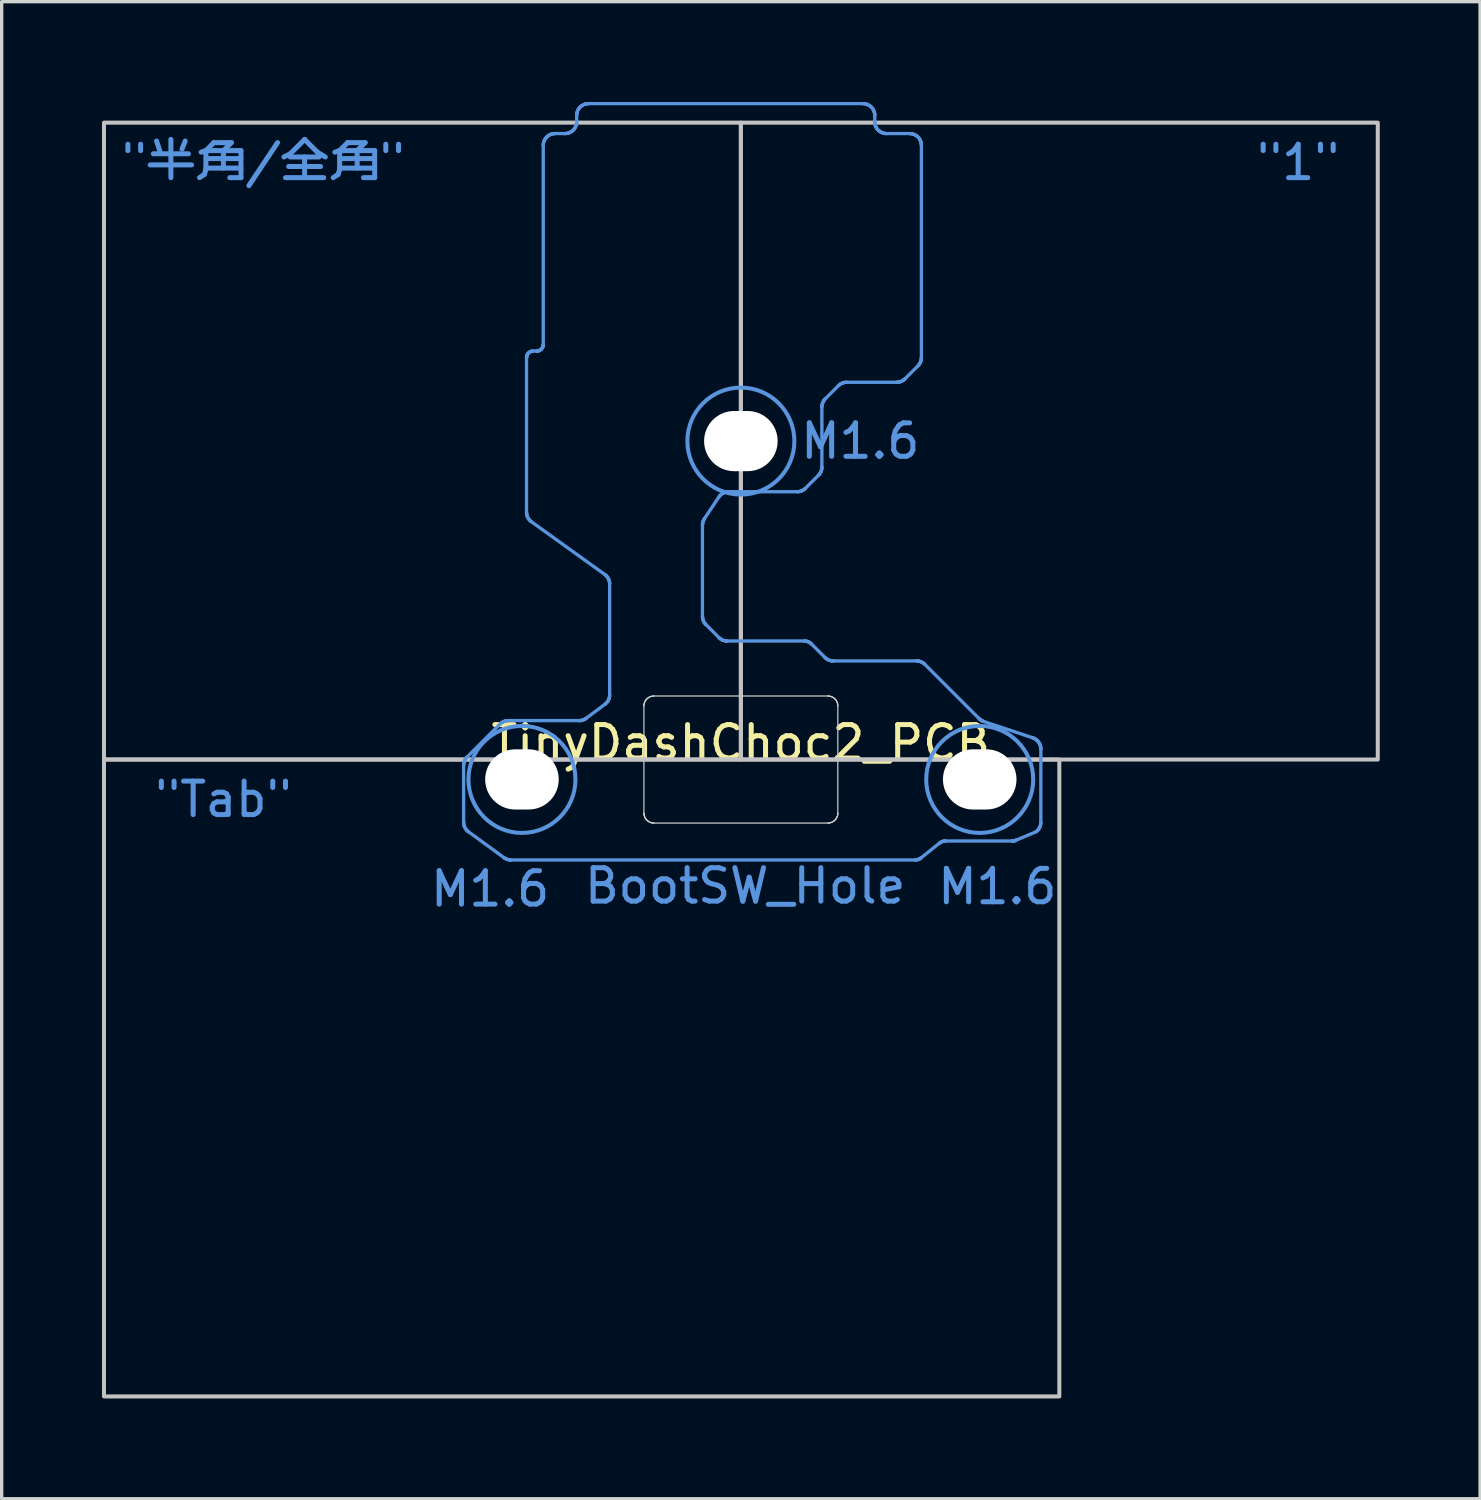
<source format=kicad_pcb>
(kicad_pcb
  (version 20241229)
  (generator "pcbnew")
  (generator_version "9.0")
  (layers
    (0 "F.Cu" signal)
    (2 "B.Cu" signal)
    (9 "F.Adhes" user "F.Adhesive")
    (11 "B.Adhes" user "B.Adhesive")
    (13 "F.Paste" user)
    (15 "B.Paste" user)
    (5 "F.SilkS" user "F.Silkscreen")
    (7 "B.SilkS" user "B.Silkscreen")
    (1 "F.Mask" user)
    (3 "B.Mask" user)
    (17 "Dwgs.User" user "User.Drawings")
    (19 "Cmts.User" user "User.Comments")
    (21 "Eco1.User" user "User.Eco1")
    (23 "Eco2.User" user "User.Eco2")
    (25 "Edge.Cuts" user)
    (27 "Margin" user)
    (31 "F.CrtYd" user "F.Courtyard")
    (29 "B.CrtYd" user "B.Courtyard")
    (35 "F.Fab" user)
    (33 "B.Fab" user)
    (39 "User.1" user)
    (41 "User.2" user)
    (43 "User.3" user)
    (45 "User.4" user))
  (footprint "TinyDashChoc2_PCB"
    (layer "F.Cu")
    (at 19.11 19.668)
    (property "Reference" "TinyDashChoc2_PCB" (at 0 -0.5 0) (unlocked yes) (layer "F.SilkS") (effects (font (size 1 1) (thickness 0.15))))
    (attr smd)
    (fp_rect (start -19.05 0) (end 0 -19.05) (stroke (width 0.12) (type solid)) (fill no) (layer "Dwgs.User"))
    (fp_rect (start -19.05 0) (end 9.525 19.05) (stroke (width 0.12) (type solid)) (fill no) (layer "Dwgs.User"))
    (fp_rect (start 0 0) (end 19.05 -19.05) (stroke (width 0.12) (type solid)) (fill no) (layer "Dwgs.User"))
    (fp_line (start -8.292 0.173) (end -8.292 0.156) (stroke (width 0.099) (type solid)) (layer "Cmts.User"))
    (fp_line (start -8.292 1.876) (end -8.292 0.173) (stroke (width 0.099) (type solid)) (layer "Cmts.User"))
    (fp_line (start -8.292 0.156) (end -8.291 0.138) (stroke (width 0.099) (type solid)) (layer "Cmts.User"))
    (fp_line (start -8.292 1.897) (end -8.292 1.876) (stroke (width 0.099) (type solid)) (layer "Cmts.User"))
    (fp_line (start -8.291 0.138) (end -8.288 0.121) (stroke (width 0.099) (type solid)) (layer "Cmts.User"))
    (fp_line (start -8.29 1.918) (end -8.292 1.897) (stroke (width 0.099) (type solid)) (layer "Cmts.User"))
    (fp_line (start -8.288 0.121) (end -8.285 0.104) (stroke (width 0.099) (type solid)) (layer "Cmts.User"))
    (fp_line (start -8.287 1.939) (end -8.29 1.918) (stroke (width 0.099) (type solid)) (layer "Cmts.User"))
    (fp_line (start -8.285 0.104) (end -8.282 0.087) (stroke (width 0.099) (type solid)) (layer "Cmts.User"))
    (fp_line (start -8.282 1.959) (end -8.287 1.939) (stroke (width 0.099) (type solid)) (layer "Cmts.User"))
    (fp_line (start -8.282 0.087) (end -8.277 0.07) (stroke (width 0.099) (type solid)) (layer "Cmts.User"))
    (fp_line (start -8.277 1.979) (end -8.282 1.959) (stroke (width 0.099) (type solid)) (layer "Cmts.User"))
    (fp_line (start -8.277 0.07) (end -8.272 0.054) (stroke (width 0.099) (type solid)) (layer "Cmts.User"))
    (fp_line (start -8.272 0.054) (end -8.265 0.038) (stroke (width 0.099) (type solid)) (layer "Cmts.User"))
    (fp_line (start -8.27 1.998) (end -8.277 1.979) (stroke (width 0.099) (type solid)) (layer "Cmts.User"))
    (fp_line (start -8.265 0.038) (end -8.258 0.022) (stroke (width 0.099) (type solid)) (layer "Cmts.User"))
    (fp_line (start -8.263 2.017) (end -8.27 1.998) (stroke (width 0.099) (type solid)) (layer "Cmts.User"))
    (fp_line (start -8.258 0.022) (end -8.251 0.007) (stroke (width 0.099) (type solid)) (layer "Cmts.User"))
    (fp_line (start -8.254 2.036) (end -8.263 2.017) (stroke (width 0.099) (type solid)) (layer "Cmts.User"))
    (fp_line (start -8.251 0.007) (end -8.242 -0.008) (stroke (width 0.099) (type solid)) (layer "Cmts.User"))
    (fp_line (start -8.244 2.054) (end -8.254 2.036) (stroke (width 0.099) (type solid)) (layer "Cmts.User"))
    (fp_line (start -8.242 -0.008) (end -8.233 -0.023) (stroke (width 0.099) (type solid)) (layer "Cmts.User"))
    (fp_line (start -8.233 2.072) (end -8.244 2.054) (stroke (width 0.099) (type solid)) (layer "Cmts.User"))
    (fp_line (start -8.233 -0.023) (end -8.223 -0.037) (stroke (width 0.099) (type solid)) (layer "Cmts.User"))
    (fp_line (start -8.223 -0.037) (end -8.212 -0.05) (stroke (width 0.099) (type solid)) (layer "Cmts.User"))
    (fp_line (start -8.221 2.088) (end -8.233 2.072) (stroke (width 0.099) (type solid)) (layer "Cmts.User"))
    (fp_line (start -8.212 -0.05) (end -8.201 -0.064) (stroke (width 0.099) (type solid)) (layer "Cmts.User"))
    (fp_line (start -8.208 2.105) (end -8.221 2.088) (stroke (width 0.099) (type solid)) (layer "Cmts.User"))
    (fp_line (start -8.201 -0.064) (end -8.189 -0.076) (stroke (width 0.099) (type solid)) (layer "Cmts.User"))
    (fp_line (start -8.195 2.12) (end -8.208 2.105) (stroke (width 0.099) (type solid)) (layer "Cmts.User"))
    (fp_line (start -8.189 -0.076) (end -7.205 -1.06) (stroke (width 0.099) (type solid)) (layer "Cmts.User"))
    (fp_line (start -8.18 2.135) (end -8.195 2.12) (stroke (width 0.099) (type solid)) (layer "Cmts.User"))
    (fp_line (start -8.164 2.148) (end -8.18 2.135) (stroke (width 0.099) (type solid)) (layer "Cmts.User"))
    (fp_line (start -8.147 2.161) (end -8.164 2.148) (stroke (width 0.099) (type solid)) (layer "Cmts.User"))
    (fp_line (start -7.205 -1.06) (end -7.192 -1.072) (stroke (width 0.099) (type solid)) (layer "Cmts.User"))
    (fp_line (start -7.192 -1.072) (end -7.179 -1.084) (stroke (width 0.099) (type solid)) (layer "Cmts.User"))
    (fp_line (start -7.179 -1.084) (end -7.165 -1.094) (stroke (width 0.099) (type solid)) (layer "Cmts.User"))
    (fp_line (start -7.165 -1.094) (end -7.151 -1.104) (stroke (width 0.099) (type solid)) (layer "Cmts.User"))
    (fp_line (start -7.151 -1.104) (end -7.137 -1.114) (stroke (width 0.099) (type solid)) (layer "Cmts.User"))
    (fp_line (start -7.137 -1.114) (end -7.122 -1.122) (stroke (width 0.099) (type solid)) (layer "Cmts.User"))
    (fp_line (start -7.122 -1.122) (end -7.106 -1.13) (stroke (width 0.099) (type solid)) (layer "Cmts.User"))
    (fp_line (start -7.106 -1.13) (end -7.091 -1.137) (stroke (width 0.099) (type solid)) (layer "Cmts.User"))
    (fp_line (start -7.091 -1.137) (end -7.074 -1.143) (stroke (width 0.099) (type solid)) (layer "Cmts.User"))
    (fp_line (start -7.084 2.936) (end -8.147 2.161) (stroke (width 0.099) (type solid)) (layer "Cmts.User"))
    (fp_line (start -7.074 -1.143) (end -7.058 -1.148) (stroke (width 0.099) (type solid)) (layer "Cmts.User"))
    (fp_line (start -7.073 2.944) (end -7.084 2.936) (stroke (width 0.099) (type solid)) (layer "Cmts.User"))
    (fp_line (start -7.061 2.952) (end -7.073 2.944) (stroke (width 0.099) (type solid)) (layer "Cmts.User"))
    (fp_line (start -7.058 -1.148) (end -7.041 -1.153) (stroke (width 0.099) (type solid)) (layer "Cmts.User"))
    (fp_line (start -7.049 2.959) (end -7.061 2.952) (stroke (width 0.099) (type solid)) (layer "Cmts.User"))
    (fp_line (start -7.041 -1.153) (end -7.025 -1.157) (stroke (width 0.099) (type solid)) (layer "Cmts.User"))
    (fp_line (start -7.037 2.965) (end -7.049 2.959) (stroke (width 0.099) (type solid)) (layer "Cmts.User"))
    (fp_line (start -7.025 -1.157) (end -7.008 -1.16) (stroke (width 0.099) (type solid)) (layer "Cmts.User"))
    (fp_line (start -7.024 2.971) (end -7.037 2.965) (stroke (width 0.099) (type solid)) (layer "Cmts.User"))
    (fp_line (start -7.012 2.977) (end -7.024 2.971) (stroke (width 0.099) (type solid)) (layer "Cmts.User"))
    (fp_line (start -7.008 -1.16) (end -6.99 -1.162) (stroke (width 0.099) (type solid)) (layer "Cmts.User"))
    (fp_line (start -6.999 2.982) (end -7.012 2.977) (stroke (width 0.099) (type solid)) (layer "Cmts.User"))
    (fp_line (start -6.99 -1.162) (end -6.973 -1.163) (stroke (width 0.099) (type solid)) (layer "Cmts.User"))
    (fp_line (start -6.986 2.986) (end -6.999 2.982) (stroke (width 0.099) (type solid)) (layer "Cmts.User"))
    (fp_line (start -6.973 -1.163) (end -6.955 -1.164) (stroke (width 0.099) (type solid)) (layer "Cmts.User"))
    (fp_line (start -6.972 2.99) (end -6.986 2.986) (stroke (width 0.099) (type solid)) (layer "Cmts.User"))
    (fp_line (start -6.959 2.994) (end -6.972 2.99) (stroke (width 0.099) (type solid)) (layer "Cmts.User"))
    (fp_line (start -6.955 -1.164) (end -4.838 -1.164) (stroke (width 0.099) (type solid)) (layer "Cmts.User"))
    (fp_line (start -6.945 2.997) (end -6.959 2.994) (stroke (width 0.099) (type solid)) (layer "Cmts.User"))
    (fp_line (start -6.932 2.999) (end -6.945 2.997) (stroke (width 0.099) (type solid)) (layer "Cmts.User"))
    (fp_line (start -6.918 3.001) (end -6.932 2.999) (stroke (width 0.099) (type solid)) (layer "Cmts.User"))
    (fp_line (start -6.904 3.003) (end -6.918 3.001) (stroke (width 0.099) (type solid)) (layer "Cmts.User"))
    (fp_line (start -6.89 3.003) (end -6.904 3.003) (stroke (width 0.099) (type solid)) (layer "Cmts.User"))
    (fp_line (start -6.876 3.004) (end -6.89 3.003) (stroke (width 0.099) (type solid)) (layer "Cmts.User"))
    (fp_line (start -6.411 -12.017) (end -6.411 -12.027) (stroke (width 0.099) (type solid)) (layer "Cmts.User"))
    (fp_line (start -6.411 -7.398) (end -6.411 -12.017) (stroke (width 0.099) (type solid)) (layer "Cmts.User"))
    (fp_line (start -6.411 -12.027) (end -6.41 -12.037) (stroke (width 0.099) (type solid)) (layer "Cmts.User"))
    (fp_line (start -6.41 -7.376) (end -6.411 -7.398) (stroke (width 0.099) (type solid)) (layer "Cmts.User"))
    (fp_line (start -6.41 -12.037) (end -6.409 -12.046) (stroke (width 0.099) (type solid)) (layer "Cmts.User"))
    (fp_line (start -6.409 -12.046) (end -6.407 -12.056) (stroke (width 0.099) (type solid)) (layer "Cmts.User"))
    (fp_line (start -6.408 -7.355) (end -6.41 -7.376) (stroke (width 0.099) (type solid)) (layer "Cmts.User"))
    (fp_line (start -6.407 -12.056) (end -6.405 -12.065) (stroke (width 0.099) (type solid)) (layer "Cmts.User"))
    (fp_line (start -6.405 -7.335) (end -6.408 -7.355) (stroke (width 0.099) (type solid)) (layer "Cmts.User"))
    (fp_line (start -6.405 -12.065) (end -6.402 -12.075) (stroke (width 0.099) (type solid)) (layer "Cmts.User"))
    (fp_line (start -6.402 -12.075) (end -6.399 -12.084) (stroke (width 0.099) (type solid)) (layer "Cmts.User"))
    (fp_line (start -6.401 -7.314) (end -6.405 -7.335) (stroke (width 0.099) (type solid)) (layer "Cmts.User"))
    (fp_line (start -6.399 -12.084) (end -6.396 -12.093) (stroke (width 0.099) (type solid)) (layer "Cmts.User"))
    (fp_line (start -6.396 -12.093) (end -6.392 -12.102) (stroke (width 0.099) (type solid)) (layer "Cmts.User"))
    (fp_line (start -6.395 -7.294) (end -6.401 -7.314) (stroke (width 0.099) (type solid)) (layer "Cmts.User"))
    (fp_line (start -6.392 -12.102) (end -6.387 -12.111) (stroke (width 0.099) (type solid)) (layer "Cmts.User"))
    (fp_line (start -6.389 -7.275) (end -6.395 -7.294) (stroke (width 0.099) (type solid)) (layer "Cmts.User"))
    (fp_line (start -6.387 -12.111) (end -6.383 -12.119) (stroke (width 0.099) (type solid)) (layer "Cmts.User"))
    (fp_line (start -6.383 -12.119) (end -6.377 -12.128) (stroke (width 0.099) (type solid)) (layer "Cmts.User"))
    (fp_line (start -6.381 -7.255) (end -6.389 -7.275) (stroke (width 0.099) (type solid)) (layer "Cmts.User"))
    (fp_line (start -6.377 -12.128) (end -6.372 -12.136) (stroke (width 0.099) (type solid)) (layer "Cmts.User"))
    (fp_line (start -6.372 -7.237) (end -6.381 -7.255) (stroke (width 0.099) (type solid)) (layer "Cmts.User"))
    (fp_line (start -6.372 -12.136) (end -6.366 -12.144) (stroke (width 0.099) (type solid)) (layer "Cmts.User"))
    (fp_line (start -6.366 -12.144) (end -6.359 -12.151) (stroke (width 0.099) (type solid)) (layer "Cmts.User"))
    (fp_line (start -6.362 -7.218) (end -6.372 -7.237) (stroke (width 0.099) (type solid)) (layer "Cmts.User"))
    (fp_line (start -6.359 -12.151) (end -6.352 -12.158) (stroke (width 0.099) (type solid)) (layer "Cmts.User"))
    (fp_line (start -6.352 -12.158) (end -6.345 -12.165) (stroke (width 0.099) (type solid)) (layer "Cmts.User"))
    (fp_line (start -6.351 -7.201) (end -6.362 -7.218) (stroke (width 0.099) (type solid)) (layer "Cmts.User"))
    (fp_line (start -6.345 -12.165) (end -6.338 -12.172) (stroke (width 0.099) (type solid)) (layer "Cmts.User"))
    (fp_line (start -6.339 -7.184) (end -6.351 -7.201) (stroke (width 0.099) (type solid)) (layer "Cmts.User"))
    (fp_line (start -6.338 -12.172) (end -6.33 -12.178) (stroke (width 0.099) (type solid)) (layer "Cmts.User"))
    (fp_line (start -6.33 -12.178) (end -6.322 -12.183) (stroke (width 0.099) (type solid)) (layer "Cmts.User"))
    (fp_line (start -6.326 -7.168) (end -6.339 -7.184) (stroke (width 0.099) (type solid)) (layer "Cmts.User"))
    (fp_line (start -6.322 -12.183) (end -6.314 -12.188) (stroke (width 0.099) (type solid)) (layer "Cmts.User"))
    (fp_line (start -6.314 -12.188) (end -6.305 -12.193) (stroke (width 0.099) (type solid)) (layer "Cmts.User"))
    (fp_line (start -6.312 -7.152) (end -6.326 -7.168) (stroke (width 0.099) (type solid)) (layer "Cmts.User"))
    (fp_line (start -6.305 -12.193) (end -6.296 -12.198) (stroke (width 0.099) (type solid)) (layer "Cmts.User"))
    (fp_line (start -6.297 -7.138) (end -6.312 -7.152) (stroke (width 0.099) (type solid)) (layer "Cmts.User"))
    (fp_line (start -6.296 -12.198) (end -6.287 -12.202) (stroke (width 0.099) (type solid)) (layer "Cmts.User"))
    (fp_line (start -6.287 -12.202) (end -6.278 -12.205) (stroke (width 0.099) (type solid)) (layer "Cmts.User"))
    (fp_line (start -6.281 -7.124) (end -6.297 -7.138) (stroke (width 0.099) (type solid)) (layer "Cmts.User"))
    (fp_line (start -6.278 -12.205) (end -6.269 -12.208) (stroke (width 0.099) (type solid)) (layer "Cmts.User"))
    (fp_line (start -6.269 -12.208) (end -6.26 -12.211) (stroke (width 0.099) (type solid)) (layer "Cmts.User"))
    (fp_line (start -6.264 -7.111) (end -6.281 -7.124) (stroke (width 0.099) (type solid)) (layer "Cmts.User"))
    (fp_line (start -6.26 -12.211) (end -6.25 -12.213) (stroke (width 0.099) (type solid)) (layer "Cmts.User"))
    (fp_line (start -6.25 -12.213) (end -6.24 -12.215) (stroke (width 0.099) (type solid)) (layer "Cmts.User"))
    (fp_line (start -6.24 -12.215) (end -6.231 -12.216) (stroke (width 0.099) (type solid)) (layer "Cmts.User"))
    (fp_line (start -6.231 -12.216) (end -6.221 -12.217) (stroke (width 0.099) (type solid)) (layer "Cmts.User"))
    (fp_line (start -6.221 -12.217) (end -6.211 -12.217) (stroke (width 0.099) (type solid)) (layer "Cmts.User"))
    (fp_line (start -6.211 -12.217) (end -6.111 -12.217) (stroke (width 0.099) (type solid)) (layer "Cmts.User"))
    (fp_line (start -6.111 -12.217) (end -6.101 -12.217) (stroke (width 0.099) (type solid)) (layer "Cmts.User"))
    (fp_line (start -6.101 -12.217) (end -6.091 -12.218) (stroke (width 0.099) (type solid)) (layer "Cmts.User"))
    (fp_line (start -6.091 -12.218) (end -6.081 -12.219) (stroke (width 0.099) (type solid)) (layer "Cmts.User"))
    (fp_line (start -6.081 -12.219) (end -6.072 -12.221) (stroke (width 0.099) (type solid)) (layer "Cmts.User"))
    (fp_line (start -6.072 -12.221) (end -6.062 -12.223) (stroke (width 0.099) (type solid)) (layer "Cmts.User"))
    (fp_line (start -6.062 -12.223) (end -6.053 -12.225) (stroke (width 0.099) (type solid)) (layer "Cmts.User"))
    (fp_line (start -6.053 -12.225) (end -6.044 -12.228) (stroke (width 0.099) (type solid)) (layer "Cmts.User"))
    (fp_line (start -6.044 -12.228) (end -6.034 -12.232) (stroke (width 0.099) (type solid)) (layer "Cmts.User"))
    (fp_line (start -6.034 -12.232) (end -6.025 -12.236) (stroke (width 0.099) (type solid)) (layer "Cmts.User"))
    (fp_line (start -6.025 -12.236) (end -6.017 -12.24) (stroke (width 0.099) (type solid)) (layer "Cmts.User"))
    (fp_line (start -6.017 -12.24) (end -6.008 -12.245) (stroke (width 0.099) (type solid)) (layer "Cmts.User"))
    (fp_line (start -6.008 -12.245) (end -6 -12.25) (stroke (width 0.099) (type solid)) (layer "Cmts.User"))
    (fp_line (start -6 -12.25) (end -5.992 -12.256) (stroke (width 0.099) (type solid)) (layer "Cmts.User"))
    (fp_line (start -5.992 -12.256) (end -5.984 -12.262) (stroke (width 0.099) (type solid)) (layer "Cmts.User"))
    (fp_line (start -5.984 -12.262) (end -5.977 -12.269) (stroke (width 0.099) (type solid)) (layer "Cmts.User"))
    (fp_line (start -5.977 -12.269) (end -5.97 -12.275) (stroke (width 0.099) (type solid)) (layer "Cmts.User"))
    (fp_line (start -5.97 -12.275) (end -5.963 -12.283) (stroke (width 0.099) (type solid)) (layer "Cmts.User"))
    (fp_line (start -5.963 -12.283) (end -5.956 -12.29) (stroke (width 0.099) (type solid)) (layer "Cmts.User"))
    (fp_line (start -5.956 -12.29) (end -5.95 -12.298) (stroke (width 0.099) (type solid)) (layer "Cmts.User"))
    (fp_line (start -5.95 -12.298) (end -5.945 -12.306) (stroke (width 0.099) (type solid)) (layer "Cmts.User"))
    (fp_line (start -5.945 -12.306) (end -5.939 -12.314) (stroke (width 0.099) (type solid)) (layer "Cmts.User"))
    (fp_line (start -5.939 -12.314) (end -5.935 -12.323) (stroke (width 0.099) (type solid)) (layer "Cmts.User"))
    (fp_line (start -5.935 -12.323) (end -5.93 -12.331) (stroke (width 0.099) (type solid)) (layer "Cmts.User"))
    (fp_line (start -5.93 -12.331) (end -5.926 -12.34) (stroke (width 0.099) (type solid)) (layer "Cmts.User"))
    (fp_line (start -5.926 -12.34) (end -5.923 -12.349) (stroke (width 0.099) (type solid)) (layer "Cmts.User"))
    (fp_line (start -5.923 -12.349) (end -5.92 -12.359) (stroke (width 0.099) (type solid)) (layer "Cmts.User"))
    (fp_line (start -5.92 -12.359) (end -5.917 -12.368) (stroke (width 0.099) (type solid)) (layer "Cmts.User"))
    (fp_line (start -5.917 -12.368) (end -5.915 -12.378) (stroke (width 0.099) (type solid)) (layer "Cmts.User"))
    (fp_line (start -5.915 -12.378) (end -5.913 -12.387) (stroke (width 0.099) (type solid)) (layer "Cmts.User"))
    (fp_line (start -5.913 -12.387) (end -5.912 -12.397) (stroke (width 0.099) (type solid)) (layer "Cmts.User"))
    (fp_line (start -5.912 -12.397) (end -5.911 -12.407) (stroke (width 0.099) (type solid)) (layer "Cmts.User"))
    (fp_line (start -5.911 -12.407) (end -5.911 -12.417) (stroke (width 0.099) (type solid)) (layer "Cmts.User"))
    (fp_line (start -5.911 -18.37) (end -5.911 -18.388) (stroke (width 0.099) (type solid)) (layer "Cmts.User"))
    (fp_line (start -5.911 -12.417) (end -5.911 -18.37) (stroke (width 0.099) (type solid)) (layer "Cmts.User"))
    (fp_line (start -5.911 -18.388) (end -5.909 -18.406) (stroke (width 0.099) (type solid)) (layer "Cmts.User"))
    (fp_line (start -5.909 -18.406) (end -5.907 -18.424) (stroke (width 0.099) (type solid)) (layer "Cmts.User"))
    (fp_line (start -5.907 -18.424) (end -5.904 -18.441) (stroke (width 0.099) (type solid)) (layer "Cmts.User"))
    (fp_line (start -5.904 -18.441) (end -5.9 -18.458) (stroke (width 0.099) (type solid)) (layer "Cmts.User"))
    (fp_line (start -5.9 -18.458) (end -5.895 -18.475) (stroke (width 0.099) (type solid)) (layer "Cmts.User"))
    (fp_line (start -5.895 -18.475) (end -5.89 -18.491) (stroke (width 0.099) (type solid)) (layer "Cmts.User"))
    (fp_line (start -5.89 -18.491) (end -5.883 -18.507) (stroke (width 0.099) (type solid)) (layer "Cmts.User"))
    (fp_line (start -5.883 -18.507) (end -5.876 -18.523) (stroke (width 0.099) (type solid)) (layer "Cmts.User"))
    (fp_line (start -5.876 -18.523) (end -5.868 -18.538) (stroke (width 0.099) (type solid)) (layer "Cmts.User"))
    (fp_line (start -5.868 -18.538) (end -5.86 -18.553) (stroke (width 0.099) (type solid)) (layer "Cmts.User"))
    (fp_line (start -5.86 -18.553) (end -5.851 -18.567) (stroke (width 0.099) (type solid)) (layer "Cmts.User"))
    (fp_line (start -5.851 -18.567) (end -5.841 -18.581) (stroke (width 0.099) (type solid)) (layer "Cmts.User"))
    (fp_line (start -5.841 -18.581) (end -5.83 -18.595) (stroke (width 0.099) (type solid)) (layer "Cmts.User"))
    (fp_line (start -5.83 -18.595) (end -5.819 -18.607) (stroke (width 0.099) (type solid)) (layer "Cmts.User"))
    (fp_line (start -5.819 -18.607) (end -5.808 -18.62) (stroke (width 0.099) (type solid)) (layer "Cmts.User"))
    (fp_line (start -5.808 -18.62) (end -5.795 -18.631) (stroke (width 0.099) (type solid)) (layer "Cmts.User"))
    (fp_line (start -5.795 -18.631) (end -5.783 -18.642) (stroke (width 0.099) (type solid)) (layer "Cmts.User"))
    (fp_line (start -5.783 -18.642) (end -5.769 -18.653) (stroke (width 0.099) (type solid)) (layer "Cmts.User"))
    (fp_line (start -5.769 -18.653) (end -5.755 -18.663) (stroke (width 0.099) (type solid)) (layer "Cmts.User"))
    (fp_line (start -5.755 -18.663) (end -5.741 -18.672) (stroke (width 0.099) (type solid)) (layer "Cmts.User"))
    (fp_line (start -5.741 -18.672) (end -5.726 -18.68) (stroke (width 0.099) (type solid)) (layer "Cmts.User"))
    (fp_line (start -5.726 -18.68) (end -5.711 -18.688) (stroke (width 0.099) (type solid)) (layer "Cmts.User"))
    (fp_line (start -5.711 -18.688) (end -5.696 -18.695) (stroke (width 0.099) (type solid)) (layer "Cmts.User"))
    (fp_line (start -5.696 -18.695) (end -5.68 -18.701) (stroke (width 0.099) (type solid)) (layer "Cmts.User"))
    (fp_line (start -5.68 -18.701) (end -5.663 -18.707) (stroke (width 0.099) (type solid)) (layer "Cmts.User"))
    (fp_line (start -5.663 -18.707) (end -5.646 -18.712) (stroke (width 0.099) (type solid)) (layer "Cmts.User"))
    (fp_line (start -5.646 -18.712) (end -5.629 -18.716) (stroke (width 0.099) (type solid)) (layer "Cmts.User"))
    (fp_line (start -5.629 -18.716) (end -5.612 -18.719) (stroke (width 0.099) (type solid)) (layer "Cmts.User"))
    (fp_line (start -5.612 -18.719) (end -5.594 -18.721) (stroke (width 0.099) (type solid)) (layer "Cmts.User"))
    (fp_line (start -5.594 -18.721) (end -5.576 -18.722) (stroke (width 0.099) (type solid)) (layer "Cmts.User"))
    (fp_line (start -5.576 -18.722) (end -5.558 -18.723) (stroke (width 0.099) (type solid)) (layer "Cmts.User"))
    (fp_line (start -5.558 -18.723) (end -5.264 -18.723) (stroke (width 0.099) (type solid)) (layer "Cmts.User"))
    (fp_line (start -5.264 -18.723) (end -5.246 -18.723) (stroke (width 0.099) (type solid)) (layer "Cmts.User"))
    (fp_line (start -5.246 -18.723) (end -5.228 -18.725) (stroke (width 0.099) (type solid)) (layer "Cmts.User"))
    (fp_line (start -5.228 -18.725) (end -5.21 -18.727) (stroke (width 0.099) (type solid)) (layer "Cmts.User"))
    (fp_line (start -5.21 -18.727) (end -5.193 -18.73) (stroke (width 0.099) (type solid)) (layer "Cmts.User"))
    (fp_line (start -5.193 -18.73) (end -5.176 -18.734) (stroke (width 0.099) (type solid)) (layer "Cmts.User"))
    (fp_line (start -5.176 -18.734) (end -5.159 -18.739) (stroke (width 0.099) (type solid)) (layer "Cmts.User"))
    (fp_line (start -5.159 -18.739) (end -5.142 -18.744) (stroke (width 0.099) (type solid)) (layer "Cmts.User"))
    (fp_line (start -5.142 -18.744) (end -5.126 -18.751) (stroke (width 0.099) (type solid)) (layer "Cmts.User"))
    (fp_line (start -5.126 -18.751) (end -5.111 -18.758) (stroke (width 0.099) (type solid)) (layer "Cmts.User"))
    (fp_line (start -5.111 -18.758) (end -5.096 -18.765) (stroke (width 0.099) (type solid)) (layer "Cmts.User"))
    (fp_line (start -5.096 -18.765) (end -5.081 -18.774) (stroke (width 0.099) (type solid)) (layer "Cmts.User"))
    (fp_line (start -5.081 -18.774) (end -5.067 -18.783) (stroke (width 0.099) (type solid)) (layer "Cmts.User"))
    (fp_line (start -5.067 -18.783) (end -5.053 -18.793) (stroke (width 0.099) (type solid)) (layer "Cmts.User"))
    (fp_line (start -5.053 -18.793) (end -5.039 -18.803) (stroke (width 0.099) (type solid)) (layer "Cmts.User"))
    (fp_line (start -5.039 -18.803) (end -5.027 -18.814) (stroke (width 0.099) (type solid)) (layer "Cmts.User"))
    (fp_line (start -5.027 -18.814) (end -5.014 -18.826) (stroke (width 0.099) (type solid)) (layer "Cmts.User"))
    (fp_line (start -5.014 -18.826) (end -5.003 -18.838) (stroke (width 0.099) (type solid)) (layer "Cmts.User"))
    (fp_line (start -5.003 -18.838) (end -4.992 -18.851) (stroke (width 0.099) (type solid)) (layer "Cmts.User"))
    (fp_line (start -4.992 -18.851) (end -4.981 -18.865) (stroke (width 0.099) (type solid)) (layer "Cmts.User"))
    (fp_line (start -4.981 -18.865) (end -4.971 -18.878) (stroke (width 0.099) (type solid)) (layer "Cmts.User"))
    (fp_line (start -4.971 -18.878) (end -4.962 -18.893) (stroke (width 0.099) (type solid)) (layer "Cmts.User"))
    (fp_line (start -4.962 -18.893) (end -4.954 -18.907) (stroke (width 0.099) (type solid)) (layer "Cmts.User"))
    (fp_line (start -4.954 -18.907) (end -4.946 -18.923) (stroke (width 0.099) (type solid)) (layer "Cmts.User"))
    (fp_line (start -4.946 -18.923) (end -4.939 -18.938) (stroke (width 0.099) (type solid)) (layer "Cmts.User"))
    (fp_line (start -4.939 -18.938) (end -4.932 -18.954) (stroke (width 0.099) (type solid)) (layer "Cmts.User"))
    (fp_line (start -4.932 -18.954) (end -4.927 -18.971) (stroke (width 0.099) (type solid)) (layer "Cmts.User"))
    (fp_line (start -4.927 -18.971) (end -4.922 -18.987) (stroke (width 0.099) (type solid)) (layer "Cmts.User"))
    (fp_line (start -4.922 -18.987) (end -4.918 -19.004) (stroke (width 0.099) (type solid)) (layer "Cmts.User"))
    (fp_line (start -4.918 -19.004) (end -4.915 -19.022) (stroke (width 0.099) (type solid)) (layer "Cmts.User"))
    (fp_line (start -4.915 -19.022) (end -4.913 -19.04) (stroke (width 0.099) (type solid)) (layer "Cmts.User"))
    (fp_line (start -4.913 -19.04) (end -4.911 -19.057) (stroke (width 0.099) (type solid)) (layer "Cmts.User"))
    (fp_line (start -4.911 -19.057) (end -4.911 -19.076) (stroke (width 0.099) (type solid)) (layer "Cmts.User"))
    (fp_line (start -4.911 -19.265) (end -4.911 -19.283) (stroke (width 0.099) (type solid)) (layer "Cmts.User"))
    (fp_line (start -4.911 -19.076) (end -4.911 -19.265) (stroke (width 0.099) (type solid)) (layer "Cmts.User"))
    (fp_line (start -4.911 -19.283) (end -4.909 -19.3) (stroke (width 0.099) (type solid)) (layer "Cmts.User"))
    (fp_line (start -4.909 -19.3) (end -4.907 -19.318) (stroke (width 0.099) (type solid)) (layer "Cmts.User"))
    (fp_line (start -4.907 -19.318) (end -4.904 -19.335) (stroke (width 0.099) (type solid)) (layer "Cmts.User"))
    (fp_line (start -4.904 -19.335) (end -4.9 -19.351) (stroke (width 0.099) (type solid)) (layer "Cmts.User"))
    (fp_line (start -4.9 -19.351) (end -4.896 -19.368) (stroke (width 0.099) (type solid)) (layer "Cmts.User"))
    (fp_line (start -4.896 -19.368) (end -4.89 -19.384) (stroke (width 0.099) (type solid)) (layer "Cmts.User"))
    (fp_line (start -4.89 -19.384) (end -4.884 -19.401) (stroke (width 0.099) (type solid)) (layer "Cmts.User"))
    (fp_line (start -4.884 -19.401) (end -4.877 -19.416) (stroke (width 0.099) (type solid)) (layer "Cmts.User"))
    (fp_line (start -4.877 -19.416) (end -4.869 -19.432) (stroke (width 0.099) (type solid)) (layer "Cmts.User"))
    (fp_line (start -4.869 -19.432) (end -4.861 -19.447) (stroke (width 0.099) (type solid)) (layer "Cmts.User"))
    (fp_line (start -4.861 -19.447) (end -4.852 -19.461) (stroke (width 0.099) (type solid)) (layer "Cmts.User"))
    (fp_line (start -4.852 -19.461) (end -4.842 -19.475) (stroke (width 0.099) (type solid)) (layer "Cmts.User"))
    (fp_line (start -4.842 -19.475) (end -4.831 -19.489) (stroke (width 0.099) (type solid)) (layer "Cmts.User"))
    (fp_line (start -4.838 -1.164) (end -4.823 -1.164) (stroke (width 0.099) (type solid)) (layer "Cmts.User"))
    (fp_line (start -4.831 -19.489) (end -4.82 -19.502) (stroke (width 0.099) (type solid)) (layer "Cmts.User"))
    (fp_line (start -4.823 -1.164) (end -4.809 -1.165) (stroke (width 0.099) (type solid)) (layer "Cmts.User"))
    (fp_line (start -4.82 -19.502) (end -4.808 -19.515) (stroke (width 0.099) (type solid)) (layer "Cmts.User"))
    (fp_line (start -4.809 -1.165) (end -4.795 -1.166) (stroke (width 0.099) (type solid)) (layer "Cmts.User"))
    (fp_line (start -4.808 -19.515) (end -4.795 -19.527) (stroke (width 0.099) (type solid)) (layer "Cmts.User"))
    (fp_line (start -4.795 -1.166) (end -4.781 -1.168) (stroke (width 0.099) (type solid)) (layer "Cmts.User"))
    (fp_line (start -4.795 -19.527) (end -4.782 -19.538) (stroke (width 0.099) (type solid)) (layer "Cmts.User"))
    (fp_line (start -4.782 -19.538) (end -4.768 -19.549) (stroke (width 0.099) (type solid)) (layer "Cmts.User"))
    (fp_line (start -4.781 -1.168) (end -4.767 -1.171) (stroke (width 0.099) (type solid)) (layer "Cmts.User"))
    (fp_line (start -4.768 -19.549) (end -4.754 -19.559) (stroke (width 0.099) (type solid)) (layer "Cmts.User"))
    (fp_line (start -4.767 -1.171) (end -4.753 -1.174) (stroke (width 0.099) (type solid)) (layer "Cmts.User"))
    (fp_line (start -4.754 -19.559) (end -4.739 -19.568) (stroke (width 0.099) (type solid)) (layer "Cmts.User"))
    (fp_line (start -4.753 -1.174) (end -4.74 -1.178) (stroke (width 0.099) (type solid)) (layer "Cmts.User"))
    (fp_line (start -4.74 -1.178) (end -4.726 -1.182) (stroke (width 0.099) (type solid)) (layer "Cmts.User"))
    (fp_line (start -4.739 -19.568) (end -4.724 -19.577) (stroke (width 0.099) (type solid)) (layer "Cmts.User"))
    (fp_line (start -4.726 -1.182) (end -4.713 -1.186) (stroke (width 0.099) (type solid)) (layer "Cmts.User"))
    (fp_line (start -4.724 -19.577) (end -4.709 -19.584) (stroke (width 0.099) (type solid)) (layer "Cmts.User"))
    (fp_line (start -4.713 -1.186) (end -4.7 -1.192) (stroke (width 0.099) (type solid)) (layer "Cmts.User"))
    (fp_line (start -4.709 -19.584) (end -4.693 -19.591) (stroke (width 0.099) (type solid)) (layer "Cmts.User"))
    (fp_line (start -4.7 -1.192) (end -4.687 -1.197) (stroke (width 0.099) (type solid)) (layer "Cmts.User"))
    (fp_line (start -4.693 -19.591) (end -4.677 -19.598) (stroke (width 0.099) (type solid)) (layer "Cmts.User"))
    (fp_line (start -4.687 -1.197) (end -4.674 -1.204) (stroke (width 0.099) (type solid)) (layer "Cmts.User"))
    (fp_line (start -4.677 -19.598) (end -4.661 -19.603) (stroke (width 0.099) (type solid)) (layer "Cmts.User"))
    (fp_line (start -4.674 -1.204) (end -4.662 -1.21) (stroke (width 0.099) (type solid)) (layer "Cmts.User"))
    (fp_line (start -4.662 -1.21) (end -4.65 -1.218) (stroke (width 0.099) (type solid)) (layer "Cmts.User"))
    (fp_line (start -4.661 -19.603) (end -4.644 -19.608) (stroke (width 0.099) (type solid)) (layer "Cmts.User"))
    (fp_line (start -4.65 -1.218) (end -4.638 -1.226) (stroke (width 0.099) (type solid)) (layer "Cmts.User"))
    (fp_line (start -4.644 -19.608) (end -4.627 -19.611) (stroke (width 0.099) (type solid)) (layer "Cmts.User"))
    (fp_line (start -4.638 -1.226) (end -4.626 -1.234) (stroke (width 0.099) (type solid)) (layer "Cmts.User"))
    (fp_line (start -4.627 -19.611) (end -4.61 -19.614) (stroke (width 0.099) (type solid)) (layer "Cmts.User"))
    (fp_line (start -4.626 -1.234) (end -4.066 -1.653) (stroke (width 0.099) (type solid)) (layer "Cmts.User"))
    (fp_line (start -4.61 -19.614) (end -4.593 -19.616) (stroke (width 0.099) (type solid)) (layer "Cmts.User"))
    (fp_line (start -4.593 -19.616) (end -4.576 -19.618) (stroke (width 0.099) (type solid)) (layer "Cmts.User"))
    (fp_line (start -4.576 -19.618) (end -4.558 -19.618) (stroke (width 0.099) (type solid)) (layer "Cmts.User"))
    (fp_line (start -4.558 -19.618) (end 3.652 -19.618) (stroke (width 0.099) (type solid)) (layer "Cmts.User"))
    (fp_line (start -4.072 -5.536) (end -6.264 -7.111) (stroke (width 0.099) (type solid)) (layer "Cmts.User"))
    (fp_line (start -4.066 -1.653) (end -4.05 -1.666) (stroke (width 0.099) (type solid)) (layer "Cmts.User"))
    (fp_line (start -4.055 -5.523) (end -4.072 -5.536) (stroke (width 0.099) (type solid)) (layer "Cmts.User"))
    (fp_line (start -4.05 -1.666) (end -4.035 -1.68) (stroke (width 0.099) (type solid)) (layer "Cmts.User"))
    (fp_line (start -4.039 -5.51) (end -4.055 -5.523) (stroke (width 0.099) (type solid)) (layer "Cmts.User"))
    (fp_line (start -4.035 -1.68) (end -4.02 -1.694) (stroke (width 0.099) (type solid)) (layer "Cmts.User"))
    (fp_line (start -4.024 -5.495) (end -4.039 -5.51) (stroke (width 0.099) (type solid)) (layer "Cmts.User"))
    (fp_line (start -4.02 -1.694) (end -4.007 -1.71) (stroke (width 0.099) (type solid)) (layer "Cmts.User"))
    (fp_line (start -4.01 -5.48) (end -4.024 -5.495) (stroke (width 0.099) (type solid)) (layer "Cmts.User"))
    (fp_line (start -4.007 -1.71) (end -3.994 -1.726) (stroke (width 0.099) (type solid)) (layer "Cmts.User"))
    (fp_line (start -3.997 -5.463) (end -4.01 -5.48) (stroke (width 0.099) (type solid)) (layer "Cmts.User"))
    (fp_line (start -3.994 -1.726) (end -3.983 -1.742) (stroke (width 0.099) (type solid)) (layer "Cmts.User"))
    (fp_line (start -3.985 -5.446) (end -3.997 -5.463) (stroke (width 0.099) (type solid)) (layer "Cmts.User"))
    (fp_line (start -3.983 -1.742) (end -3.972 -1.76) (stroke (width 0.099) (type solid)) (layer "Cmts.User"))
    (fp_line (start -3.974 -5.429) (end -3.985 -5.446) (stroke (width 0.099) (type solid)) (layer "Cmts.User"))
    (fp_line (start -3.972 -1.76) (end -3.962 -1.778) (stroke (width 0.099) (type solid)) (layer "Cmts.User"))
    (fp_line (start -3.964 -5.411) (end -3.974 -5.429) (stroke (width 0.099) (type solid)) (layer "Cmts.User"))
    (fp_line (start -3.962 -1.778) (end -3.954 -1.796) (stroke (width 0.099) (type solid)) (layer "Cmts.User"))
    (fp_line (start -3.955 -5.392) (end -3.964 -5.411) (stroke (width 0.099) (type solid)) (layer "Cmts.User"))
    (fp_line (start -3.954 -1.796) (end -3.946 -1.815) (stroke (width 0.099) (type solid)) (layer "Cmts.User"))
    (fp_line (start -3.947 -5.373) (end -3.955 -5.392) (stroke (width 0.099) (type solid)) (layer "Cmts.User"))
    (fp_line (start -3.946 -1.815) (end -3.94 -1.834) (stroke (width 0.099) (type solid)) (layer "Cmts.User"))
    (fp_line (start -3.94 -5.353) (end -3.947 -5.373) (stroke (width 0.099) (type solid)) (layer "Cmts.User"))
    (fp_line (start -3.94 -1.834) (end -3.935 -1.854) (stroke (width 0.099) (type solid)) (layer "Cmts.User"))
    (fp_line (start -3.935 -5.333) (end -3.94 -5.353) (stroke (width 0.099) (type solid)) (layer "Cmts.User"))
    (fp_line (start -3.935 -1.854) (end -3.93 -1.874) (stroke (width 0.099) (type solid)) (layer "Cmts.User"))
    (fp_line (start -3.931 -5.313) (end -3.935 -5.333) (stroke (width 0.099) (type solid)) (layer "Cmts.User"))
    (fp_line (start -3.93 -1.874) (end -3.927 -1.894) (stroke (width 0.099) (type solid)) (layer "Cmts.User"))
    (fp_line (start -3.927 -5.292) (end -3.931 -5.313) (stroke (width 0.099) (type solid)) (layer "Cmts.User"))
    (fp_line (start -3.927 -1.894) (end -3.926 -1.915) (stroke (width 0.099) (type solid)) (layer "Cmts.User"))
    (fp_line (start -3.926 -5.271) (end -3.927 -5.292) (stroke (width 0.099) (type solid)) (layer "Cmts.User"))
    (fp_line (start -3.926 -1.915) (end -3.925 -1.936) (stroke (width 0.099) (type solid)) (layer "Cmts.User"))
    (fp_line (start -3.925 -5.25) (end -3.926 -5.271) (stroke (width 0.099) (type solid)) (layer "Cmts.User"))
    (fp_line (start -3.925 -1.936) (end -3.925 -5.25) (stroke (width 0.099) (type solid)) (layer "Cmts.User"))
    (fp_line (start -1.149 -7.01) (end -1.149 -4.286) (stroke (width 0.099) (type solid)) (layer "Cmts.User"))
    (fp_line (start -1.149 -4.286) (end -1.148 -4.269) (stroke (width 0.099) (type solid)) (layer "Cmts.User"))
    (fp_line (start -1.148 -7.023) (end -1.149 -7.01) (stroke (width 0.099) (type solid)) (layer "Cmts.User"))
    (fp_line (start -1.148 -4.269) (end -1.147 -4.251) (stroke (width 0.099) (type solid)) (layer "Cmts.User"))
    (fp_line (start -1.148 -7.036) (end -1.148 -7.023) (stroke (width 0.099) (type solid)) (layer "Cmts.User"))
    (fp_line (start -1.147 -4.251) (end -1.145 -4.234) (stroke (width 0.099) (type solid)) (layer "Cmts.User"))
    (fp_line (start -1.146 -7.049) (end -1.148 -7.036) (stroke (width 0.099) (type solid)) (layer "Cmts.User"))
    (fp_line (start -1.145 -7.062) (end -1.146 -7.049) (stroke (width 0.099) (type solid)) (layer "Cmts.User"))
    (fp_line (start -1.145 -4.234) (end -1.142 -4.217) (stroke (width 0.099) (type solid)) (layer "Cmts.User"))
    (fp_line (start -1.143 -7.074) (end -1.145 -7.062) (stroke (width 0.099) (type solid)) (layer "Cmts.User"))
    (fp_line (start -1.142 -4.217) (end -1.138 -4.2) (stroke (width 0.099) (type solid)) (layer "Cmts.User"))
    (fp_line (start -1.14 -7.087) (end -1.143 -7.074) (stroke (width 0.099) (type solid)) (layer "Cmts.User"))
    (fp_line (start -1.138 -4.2) (end -1.133 -4.184) (stroke (width 0.099) (type solid)) (layer "Cmts.User"))
    (fp_line (start -1.137 -7.1) (end -1.14 -7.087) (stroke (width 0.099) (type solid)) (layer "Cmts.User"))
    (fp_line (start -1.133 -7.112) (end -1.137 -7.1) (stroke (width 0.099) (type solid)) (layer "Cmts.User"))
    (fp_line (start -1.133 -4.184) (end -1.128 -4.167) (stroke (width 0.099) (type solid)) (layer "Cmts.User"))
    (fp_line (start -1.129 -7.124) (end -1.133 -7.112) (stroke (width 0.099) (type solid)) (layer "Cmts.User"))
    (fp_line (start -1.128 -4.167) (end -1.122 -4.151) (stroke (width 0.099) (type solid)) (layer "Cmts.User"))
    (fp_line (start -1.125 -7.136) (end -1.129 -7.124) (stroke (width 0.099) (type solid)) (layer "Cmts.User"))
    (fp_line (start -1.122 -4.151) (end -1.115 -4.135) (stroke (width 0.099) (type solid)) (layer "Cmts.User"))
    (fp_line (start -1.12 -7.148) (end -1.125 -7.136) (stroke (width 0.099) (type solid)) (layer "Cmts.User"))
    (fp_line (start -1.115 -7.16) (end -1.12 -7.148) (stroke (width 0.099) (type solid)) (layer "Cmts.User"))
    (fp_line (start -1.115 -4.135) (end -1.107 -4.12) (stroke (width 0.099) (type solid)) (layer "Cmts.User"))
    (fp_line (start -1.109 -7.172) (end -1.115 -7.16) (stroke (width 0.099) (type solid)) (layer "Cmts.User"))
    (fp_line (start -1.107 -4.12) (end -1.098 -4.105) (stroke (width 0.099) (type solid)) (layer "Cmts.User"))
    (fp_line (start -1.103 -7.183) (end -1.109 -7.172) (stroke (width 0.099) (type solid)) (layer "Cmts.User"))
    (fp_line (start -1.098 -4.105) (end -1.089 -4.09) (stroke (width 0.099) (type solid)) (layer "Cmts.User"))
    (fp_line (start -1.096 -7.195) (end -1.103 -7.183) (stroke (width 0.099) (type solid)) (layer "Cmts.User"))
    (fp_line (start -1.089 -7.206) (end -1.096 -7.195) (stroke (width 0.099) (type solid)) (layer "Cmts.User"))
    (fp_line (start -1.089 -4.09) (end -1.079 -4.076) (stroke (width 0.099) (type solid)) (layer "Cmts.User"))
    (fp_line (start -1.079 -4.076) (end -1.069 -4.063) (stroke (width 0.099) (type solid)) (layer "Cmts.User"))
    (fp_line (start -1.069 -4.063) (end -1.057 -4.049) (stroke (width 0.099) (type solid)) (layer "Cmts.User"))
    (fp_line (start -1.057 -4.049) (end -1.045 -4.037) (stroke (width 0.099) (type solid)) (layer "Cmts.User"))
    (fp_line (start -1.045 -4.037) (end -0.656 -3.648) (stroke (width 0.099) (type solid)) (layer "Cmts.User"))
    (fp_line (start -0.658 -7.853) (end -1.089 -7.206) (stroke (width 0.099) (type solid)) (layer "Cmts.User"))
    (fp_line (start -0.656 -3.648) (end -0.644 -3.636) (stroke (width 0.099) (type solid)) (layer "Cmts.User"))
    (fp_line (start -0.645 -7.871) (end -0.658 -7.853) (stroke (width 0.099) (type solid)) (layer "Cmts.User"))
    (fp_line (start -0.644 -3.636) (end -0.631 -3.625) (stroke (width 0.099) (type solid)) (layer "Cmts.User"))
    (fp_line (start -0.631 -7.888) (end -0.645 -7.871) (stroke (width 0.099) (type solid)) (layer "Cmts.User"))
    (fp_line (start -0.631 -3.625) (end -0.617 -3.614) (stroke (width 0.099) (type solid)) (layer "Cmts.User"))
    (fp_line (start -0.617 -3.614) (end -0.603 -3.604) (stroke (width 0.099) (type solid)) (layer "Cmts.User"))
    (fp_line (start -0.617 -7.904) (end -0.631 -7.888) (stroke (width 0.099) (type solid)) (layer "Cmts.User"))
    (fp_line (start -0.603 -3.604) (end -0.588 -3.595) (stroke (width 0.099) (type solid)) (layer "Cmts.User"))
    (fp_line (start -0.601 -7.919) (end -0.617 -7.904) (stroke (width 0.099) (type solid)) (layer "Cmts.User"))
    (fp_line (start -0.588 -3.595) (end -0.573 -3.586) (stroke (width 0.099) (type solid)) (layer "Cmts.User"))
    (fp_line (start -0.585 -7.933) (end -0.601 -7.919) (stroke (width 0.099) (type solid)) (layer "Cmts.User"))
    (fp_line (start -0.573 -3.586) (end -0.558 -3.579) (stroke (width 0.099) (type solid)) (layer "Cmts.User"))
    (fp_line (start -0.567 -7.945) (end -0.585 -7.933) (stroke (width 0.099) (type solid)) (layer "Cmts.User"))
    (fp_line (start -0.558 -3.579) (end -0.542 -3.572) (stroke (width 0.099) (type solid)) (layer "Cmts.User"))
    (fp_line (start -0.549 -7.957) (end -0.567 -7.945) (stroke (width 0.099) (type solid)) (layer "Cmts.User"))
    (fp_line (start -0.542 -3.572) (end -0.526 -3.566) (stroke (width 0.099) (type solid)) (layer "Cmts.User"))
    (fp_line (start -0.531 -7.968) (end -0.549 -7.957) (stroke (width 0.099) (type solid)) (layer "Cmts.User"))
    (fp_line (start -0.526 -3.566) (end -0.51 -3.56) (stroke (width 0.099) (type solid)) (layer "Cmts.User"))
    (fp_line (start -0.512 -7.977) (end -0.531 -7.968) (stroke (width 0.099) (type solid)) (layer "Cmts.User"))
    (fp_line (start -0.51 -3.56) (end -0.493 -3.556) (stroke (width 0.099) (type solid)) (layer "Cmts.User"))
    (fp_line (start -0.493 -3.556) (end -0.476 -3.552) (stroke (width 0.099) (type solid)) (layer "Cmts.User"))
    (fp_line (start -0.492 -7.986) (end -0.512 -7.977) (stroke (width 0.099) (type solid)) (layer "Cmts.User"))
    (fp_line (start -0.476 -3.552) (end -0.459 -3.549) (stroke (width 0.099) (type solid)) (layer "Cmts.User"))
    (fp_line (start -0.472 -7.993) (end -0.492 -7.986) (stroke (width 0.099) (type solid)) (layer "Cmts.User"))
    (fp_line (start -0.459 -3.549) (end -0.442 -3.547) (stroke (width 0.099) (type solid)) (layer "Cmts.User"))
    (fp_line (start -0.451 -7.999) (end -0.472 -7.993) (stroke (width 0.099) (type solid)) (layer "Cmts.User"))
    (fp_line (start -0.442 -3.547) (end -0.425 -3.545) (stroke (width 0.099) (type solid)) (layer "Cmts.User"))
    (fp_line (start -0.43 -8.004) (end -0.451 -7.999) (stroke (width 0.099) (type solid)) (layer "Cmts.User"))
    (fp_line (start -0.425 -3.545) (end -0.407 -3.545) (stroke (width 0.099) (type solid)) (layer "Cmts.User"))
    (fp_line (start -0.408 -8.007) (end -0.43 -8.004) (stroke (width 0.099) (type solid)) (layer "Cmts.User"))
    (fp_line (start -0.407 -3.545) (end 1.899 -3.545) (stroke (width 0.099) (type solid)) (layer "Cmts.User"))
    (fp_line (start -0.386 -8.009) (end -0.408 -8.007) (stroke (width 0.099) (type solid)) (layer "Cmts.User"))
    (fp_line (start -0.364 -8.01) (end -0.386 -8.009) (stroke (width 0.099) (type solid)) (layer "Cmts.User"))
    (fp_line (start 1.682 -8.01) (end -0.364 -8.01) (stroke (width 0.099) (type solid)) (layer "Cmts.User"))
    (fp_line (start 1.7 -8.01) (end 1.682 -8.01) (stroke (width 0.099) (type solid)) (layer "Cmts.User"))
    (fp_line (start 1.717 -8.011) (end 1.7 -8.01) (stroke (width 0.099) (type solid)) (layer "Cmts.User"))
    (fp_line (start 1.734 -8.014) (end 1.717 -8.011) (stroke (width 0.099) (type solid)) (layer "Cmts.User"))
    (fp_line (start 1.751 -8.016) (end 1.734 -8.014) (stroke (width 0.099) (type solid)) (layer "Cmts.User"))
    (fp_line (start 1.768 -8.02) (end 1.751 -8.016) (stroke (width 0.099) (type solid)) (layer "Cmts.User"))
    (fp_line (start 1.785 -8.025) (end 1.768 -8.02) (stroke (width 0.099) (type solid)) (layer "Cmts.User"))
    (fp_line (start 1.801 -8.03) (end 1.785 -8.025) (stroke (width 0.099) (type solid)) (layer "Cmts.User"))
    (fp_line (start 1.817 -8.036) (end 1.801 -8.03) (stroke (width 0.099) (type solid)) (layer "Cmts.User"))
    (fp_line (start 1.833 -8.043) (end 1.817 -8.036) (stroke (width 0.099) (type solid)) (layer "Cmts.User"))
    (fp_line (start 1.848 -8.051) (end 1.833 -8.043) (stroke (width 0.099) (type solid)) (layer "Cmts.User"))
    (fp_line (start 1.863 -8.06) (end 1.848 -8.051) (stroke (width 0.099) (type solid)) (layer "Cmts.User"))
    (fp_line (start 1.878 -8.069) (end 1.863 -8.06) (stroke (width 0.099) (type solid)) (layer "Cmts.User"))
    (fp_line (start 1.892 -8.079) (end 1.878 -8.069) (stroke (width 0.099) (type solid)) (layer "Cmts.User"))
    (fp_line (start 1.899 -3.545) (end 1.914 -3.545) (stroke (width 0.099) (type solid)) (layer "Cmts.User"))
    (fp_line (start 1.906 -8.09) (end 1.892 -8.079) (stroke (width 0.099) (type solid)) (layer "Cmts.User"))
    (fp_line (start 1.914 -3.545) (end 1.929 -3.543) (stroke (width 0.099) (type solid)) (layer "Cmts.User"))
    (fp_line (start 1.919 -8.101) (end 1.906 -8.09) (stroke (width 0.099) (type solid)) (layer "Cmts.User"))
    (fp_line (start 1.929 -3.543) (end 1.943 -3.542) (stroke (width 0.099) (type solid)) (layer "Cmts.User"))
    (fp_line (start 1.931 -8.113) (end 1.919 -8.101) (stroke (width 0.099) (type solid)) (layer "Cmts.User"))
    (fp_line (start 1.943 -3.542) (end 1.958 -3.539) (stroke (width 0.099) (type solid)) (layer "Cmts.User"))
    (fp_line (start 1.958 -3.539) (end 1.972 -3.536) (stroke (width 0.099) (type solid)) (layer "Cmts.User"))
    (fp_line (start 1.972 -3.536) (end 1.986 -3.532) (stroke (width 0.099) (type solid)) (layer "Cmts.User"))
    (fp_line (start 1.986 -3.532) (end 2 -3.527) (stroke (width 0.099) (type solid)) (layer "Cmts.User"))
    (fp_line (start 2 -3.527) (end 2.014 -3.522) (stroke (width 0.099) (type solid)) (layer "Cmts.User"))
    (fp_line (start 2.014 -3.522) (end 2.027 -3.516) (stroke (width 0.099) (type solid)) (layer "Cmts.User"))
    (fp_line (start 2.027 -3.516) (end 2.04 -3.51) (stroke (width 0.099) (type solid)) (layer "Cmts.User"))
    (fp_line (start 2.04 -3.51) (end 2.053 -3.502) (stroke (width 0.099) (type solid)) (layer "Cmts.User"))
    (fp_line (start 2.053 -3.502) (end 2.066 -3.494) (stroke (width 0.099) (type solid)) (layer "Cmts.User"))
    (fp_line (start 2.066 -3.494) (end 2.078 -3.486) (stroke (width 0.099) (type solid)) (layer "Cmts.User"))
    (fp_line (start 2.078 -3.486) (end 2.089 -3.477) (stroke (width 0.099) (type solid)) (layer "Cmts.User"))
    (fp_line (start 2.089 -3.477) (end 2.101 -3.467) (stroke (width 0.099) (type solid)) (layer "Cmts.User"))
    (fp_line (start 2.101 -3.467) (end 2.111 -3.457) (stroke (width 0.099) (type solid)) (layer "Cmts.User"))
    (fp_line (start 2.111 -3.457) (end 2.515 -3.053) (stroke (width 0.099) (type solid)) (layer "Cmts.User"))
    (fp_line (start 2.32 -8.502) (end 1.931 -8.113) (stroke (width 0.099) (type solid)) (layer "Cmts.User"))
    (fp_line (start 2.332 -8.514) (end 2.32 -8.502) (stroke (width 0.099) (type solid)) (layer "Cmts.User"))
    (fp_line (start 2.343 -8.528) (end 2.332 -8.514) (stroke (width 0.099) (type solid)) (layer "Cmts.User"))
    (fp_line (start 2.354 -8.541) (end 2.343 -8.528) (stroke (width 0.099) (type solid)) (layer "Cmts.User"))
    (fp_line (start 2.364 -8.555) (end 2.354 -8.541) (stroke (width 0.099) (type solid)) (layer "Cmts.User"))
    (fp_line (start 2.373 -8.57) (end 2.364 -8.555) (stroke (width 0.099) (type solid)) (layer "Cmts.User"))
    (fp_line (start 2.382 -8.585) (end 2.373 -8.57) (stroke (width 0.099) (type solid)) (layer "Cmts.User"))
    (fp_line (start 2.389 -8.6) (end 2.382 -8.585) (stroke (width 0.099) (type solid)) (layer "Cmts.User"))
    (fp_line (start 2.396 -8.616) (end 2.389 -8.6) (stroke (width 0.099) (type solid)) (layer "Cmts.User"))
    (fp_line (start 2.403 -8.632) (end 2.396 -8.616) (stroke (width 0.099) (type solid)) (layer "Cmts.User"))
    (fp_line (start 2.408 -8.649) (end 2.403 -8.632) (stroke (width 0.099) (type solid)) (layer "Cmts.User"))
    (fp_line (start 2.413 -8.665) (end 2.408 -8.649) (stroke (width 0.099) (type solid)) (layer "Cmts.User"))
    (fp_line (start 2.416 -8.682) (end 2.413 -8.665) (stroke (width 0.099) (type solid)) (layer "Cmts.User"))
    (fp_line (start 2.419 -8.699) (end 2.416 -8.682) (stroke (width 0.099) (type solid)) (layer "Cmts.User"))
    (fp_line (start 2.422 -8.716) (end 2.419 -8.699) (stroke (width 0.099) (type solid)) (layer "Cmts.User"))
    (fp_line (start 2.423 -8.734) (end 2.422 -8.716) (stroke (width 0.099) (type solid)) (layer "Cmts.User"))
    (fp_line (start 2.423 -10.543) (end 2.423 -8.751) (stroke (width 0.099) (type solid)) (layer "Cmts.User"))
    (fp_line (start 2.423 -8.751) (end 2.423 -8.734) (stroke (width 0.099) (type solid)) (layer "Cmts.User"))
    (fp_line (start 2.424 -10.56) (end 2.423 -10.543) (stroke (width 0.099) (type solid)) (layer "Cmts.User"))
    (fp_line (start 2.425 -10.577) (end 2.424 -10.56) (stroke (width 0.099) (type solid)) (layer "Cmts.User"))
    (fp_line (start 2.427 -10.595) (end 2.425 -10.577) (stroke (width 0.099) (type solid)) (layer "Cmts.User"))
    (fp_line (start 2.43 -10.612) (end 2.427 -10.595) (stroke (width 0.099) (type solid)) (layer "Cmts.User"))
    (fp_line (start 2.434 -10.629) (end 2.43 -10.612) (stroke (width 0.099) (type solid)) (layer "Cmts.User"))
    (fp_line (start 2.439 -10.645) (end 2.434 -10.629) (stroke (width 0.099) (type solid)) (layer "Cmts.User"))
    (fp_line (start 2.444 -10.661) (end 2.439 -10.645) (stroke (width 0.099) (type solid)) (layer "Cmts.User"))
    (fp_line (start 2.45 -10.677) (end 2.444 -10.661) (stroke (width 0.099) (type solid)) (layer "Cmts.User"))
    (fp_line (start 2.457 -10.693) (end 2.45 -10.677) (stroke (width 0.099) (type solid)) (layer "Cmts.User"))
    (fp_line (start 2.465 -10.709) (end 2.457 -10.693) (stroke (width 0.099) (type solid)) (layer "Cmts.User"))
    (fp_line (start 2.473 -10.724) (end 2.465 -10.709) (stroke (width 0.099) (type solid)) (layer "Cmts.User"))
    (fp_line (start 2.483 -10.738) (end 2.473 -10.724) (stroke (width 0.099) (type solid)) (layer "Cmts.User"))
    (fp_line (start 2.493 -10.752) (end 2.483 -10.738) (stroke (width 0.099) (type solid)) (layer "Cmts.User"))
    (fp_line (start 2.503 -10.766) (end 2.493 -10.752) (stroke (width 0.099) (type solid)) (layer "Cmts.User"))
    (fp_line (start 2.515 -10.779) (end 2.503 -10.766) (stroke (width 0.099) (type solid)) (layer "Cmts.User"))
    (fp_line (start 2.515 -3.053) (end 2.528 -3.041) (stroke (width 0.099) (type solid)) (layer "Cmts.User"))
    (fp_line (start 2.527 -10.792) (end 2.515 -10.779) (stroke (width 0.099) (type solid)) (layer "Cmts.User"))
    (fp_line (start 2.528 -3.041) (end 2.541 -3.029) (stroke (width 0.099) (type solid)) (layer "Cmts.User"))
    (fp_line (start 2.541 -3.029) (end 2.555 -3.019) (stroke (width 0.099) (type solid)) (layer "Cmts.User"))
    (fp_line (start 2.555 -3.019) (end 2.569 -3.009) (stroke (width 0.099) (type solid)) (layer "Cmts.User"))
    (fp_line (start 2.569 -3.009) (end 2.584 -3) (stroke (width 0.099) (type solid)) (layer "Cmts.User"))
    (fp_line (start 2.584 -3) (end 2.599 -2.991) (stroke (width 0.099) (type solid)) (layer "Cmts.User"))
    (fp_line (start 2.599 -2.991) (end 2.614 -2.983) (stroke (width 0.099) (type solid)) (layer "Cmts.User"))
    (fp_line (start 2.614 -2.983) (end 2.63 -2.976) (stroke (width 0.099) (type solid)) (layer "Cmts.User"))
    (fp_line (start 2.63 -2.976) (end 2.646 -2.97) (stroke (width 0.099) (type solid)) (layer "Cmts.User"))
    (fp_line (start 2.646 -2.97) (end 2.662 -2.965) (stroke (width 0.099) (type solid)) (layer "Cmts.User"))
    (fp_line (start 2.662 -2.965) (end 2.679 -2.96) (stroke (width 0.099) (type solid)) (layer "Cmts.User"))
    (fp_line (start 2.679 -2.96) (end 2.696 -2.956) (stroke (width 0.099) (type solid)) (layer "Cmts.User"))
    (fp_line (start 2.696 -2.956) (end 2.713 -2.953) (stroke (width 0.099) (type solid)) (layer "Cmts.User"))
    (fp_line (start 2.713 -2.953) (end 2.73 -2.951) (stroke (width 0.099) (type solid)) (layer "Cmts.User"))
    (fp_line (start 2.73 -2.951) (end 2.747 -2.95) (stroke (width 0.099) (type solid)) (layer "Cmts.User"))
    (fp_line (start 2.747 -2.95) (end 2.765 -2.949) (stroke (width 0.099) (type solid)) (layer "Cmts.User"))
    (fp_line (start 2.765 -2.949) (end 5.254 -2.949) (stroke (width 0.099) (type solid)) (layer "Cmts.User"))
    (fp_line (start 2.915 -11.18) (end 2.527 -10.792) (stroke (width 0.099) (type solid)) (layer "Cmts.User"))
    (fp_line (start 2.928 -11.193) (end 2.915 -11.18) (stroke (width 0.099) (type solid)) (layer "Cmts.User"))
    (fp_line (start 2.941 -11.204) (end 2.928 -11.193) (stroke (width 0.099) (type solid)) (layer "Cmts.User"))
    (fp_line (start 2.955 -11.215) (end 2.941 -11.204) (stroke (width 0.099) (type solid)) (layer "Cmts.User"))
    (fp_line (start 2.969 -11.225) (end 2.955 -11.215) (stroke (width 0.099) (type solid)) (layer "Cmts.User"))
    (fp_line (start 2.984 -11.234) (end 2.969 -11.225) (stroke (width 0.099) (type solid)) (layer "Cmts.User"))
    (fp_line (start 2.999 -11.242) (end 2.984 -11.234) (stroke (width 0.099) (type solid)) (layer "Cmts.User"))
    (fp_line (start 3.014 -11.25) (end 2.999 -11.242) (stroke (width 0.099) (type solid)) (layer "Cmts.User"))
    (fp_line (start 3.03 -11.257) (end 3.014 -11.25) (stroke (width 0.099) (type solid)) (layer "Cmts.User"))
    (fp_line (start 3.046 -11.263) (end 3.03 -11.257) (stroke (width 0.099) (type solid)) (layer "Cmts.User"))
    (fp_line (start 3.062 -11.269) (end 3.046 -11.263) (stroke (width 0.099) (type solid)) (layer "Cmts.User"))
    (fp_line (start 3.079 -11.273) (end 3.062 -11.269) (stroke (width 0.099) (type solid)) (layer "Cmts.User"))
    (fp_line (start 3.096 -11.277) (end 3.079 -11.273) (stroke (width 0.099) (type solid)) (layer "Cmts.User"))
    (fp_line (start 3.113 -11.28) (end 3.096 -11.277) (stroke (width 0.099) (type solid)) (layer "Cmts.User"))
    (fp_line (start 3.13 -11.282) (end 3.113 -11.28) (stroke (width 0.099) (type solid)) (layer "Cmts.User"))
    (fp_line (start 3.147 -11.283) (end 3.13 -11.282) (stroke (width 0.099) (type solid)) (layer "Cmts.User"))
    (fp_line (start 3.165 -11.284) (end 3.147 -11.283) (stroke (width 0.099) (type solid)) (layer "Cmts.User"))
    (fp_line (start 3.652 -19.618) (end 3.669 -19.618) (stroke (width 0.099) (type solid)) (layer "Cmts.User"))
    (fp_line (start 3.669 -19.618) (end 3.687 -19.616) (stroke (width 0.099) (type solid)) (layer "Cmts.User"))
    (fp_line (start 3.687 -19.616) (end 3.704 -19.614) (stroke (width 0.099) (type solid)) (layer "Cmts.User"))
    (fp_line (start 3.704 -19.614) (end 3.721 -19.611) (stroke (width 0.099) (type solid)) (layer "Cmts.User"))
    (fp_line (start 3.721 -19.611) (end 3.738 -19.608) (stroke (width 0.099) (type solid)) (layer "Cmts.User"))
    (fp_line (start 3.738 -19.608) (end 3.755 -19.603) (stroke (width 0.099) (type solid)) (layer "Cmts.User"))
    (fp_line (start 3.755 -19.603) (end 3.771 -19.598) (stroke (width 0.099) (type solid)) (layer "Cmts.User"))
    (fp_line (start 3.771 -19.598) (end 3.787 -19.591) (stroke (width 0.099) (type solid)) (layer "Cmts.User"))
    (fp_line (start 3.787 -19.591) (end 3.803 -19.584) (stroke (width 0.099) (type solid)) (layer "Cmts.User"))
    (fp_line (start 3.803 -19.584) (end 3.818 -19.577) (stroke (width 0.099) (type solid)) (layer "Cmts.User"))
    (fp_line (start 3.818 -19.577) (end 3.833 -19.568) (stroke (width 0.099) (type solid)) (layer "Cmts.User"))
    (fp_line (start 3.833 -19.568) (end 3.848 -19.559) (stroke (width 0.099) (type solid)) (layer "Cmts.User"))
    (fp_line (start 3.848 -19.559) (end 3.862 -19.549) (stroke (width 0.099) (type solid)) (layer "Cmts.User"))
    (fp_line (start 3.862 -19.549) (end 3.875 -19.538) (stroke (width 0.099) (type solid)) (layer "Cmts.User"))
    (fp_line (start 3.875 -19.538) (end 3.889 -19.527) (stroke (width 0.099) (type solid)) (layer "Cmts.User"))
    (fp_line (start 3.889 -19.527) (end 3.901 -19.515) (stroke (width 0.099) (type solid)) (layer "Cmts.User"))
    (fp_line (start 3.901 -19.515) (end 3.913 -19.502) (stroke (width 0.099) (type solid)) (layer "Cmts.User"))
    (fp_line (start 3.913 -19.502) (end 3.925 -19.489) (stroke (width 0.099) (type solid)) (layer "Cmts.User"))
    (fp_line (start 3.925 -19.489) (end 3.935 -19.475) (stroke (width 0.099) (type solid)) (layer "Cmts.User"))
    (fp_line (start 3.935 -19.475) (end 3.945 -19.461) (stroke (width 0.099) (type solid)) (layer "Cmts.User"))
    (fp_line (start 3.945 -19.461) (end 3.955 -19.447) (stroke (width 0.099) (type solid)) (layer "Cmts.User"))
    (fp_line (start 3.955 -19.447) (end 3.963 -19.432) (stroke (width 0.099) (type solid)) (layer "Cmts.User"))
    (fp_line (start 3.963 -19.432) (end 3.971 -19.416) (stroke (width 0.099) (type solid)) (layer "Cmts.User"))
    (fp_line (start 3.971 -19.416) (end 3.978 -19.401) (stroke (width 0.099) (type solid)) (layer "Cmts.User"))
    (fp_line (start 3.978 -19.401) (end 3.984 -19.384) (stroke (width 0.099) (type solid)) (layer "Cmts.User"))
    (fp_line (start 3.984 -19.384) (end 3.989 -19.368) (stroke (width 0.099) (type solid)) (layer "Cmts.User"))
    (fp_line (start 3.989 -19.368) (end 3.994 -19.351) (stroke (width 0.099) (type solid)) (layer "Cmts.User"))
    (fp_line (start 3.994 -19.351) (end 3.998 -19.335) (stroke (width 0.099) (type solid)) (layer "Cmts.User"))
    (fp_line (start 3.998 -19.335) (end 4.001 -19.318) (stroke (width 0.099) (type solid)) (layer "Cmts.User"))
    (fp_line (start 4.001 -19.318) (end 4.003 -19.3) (stroke (width 0.099) (type solid)) (layer "Cmts.User"))
    (fp_line (start 4.003 -19.3) (end 4.004 -19.283) (stroke (width 0.099) (type solid)) (layer "Cmts.User"))
    (fp_line (start 4.004 -19.283) (end 4.005 -19.265) (stroke (width 0.099) (type solid)) (layer "Cmts.User"))
    (fp_line (start 4.005 -19.265) (end 4.005 -19.076) (stroke (width 0.099) (type solid)) (layer "Cmts.User"))
    (fp_line (start 4.005 -19.076) (end 4.005 -19.058) (stroke (width 0.099) (type solid)) (layer "Cmts.User"))
    (fp_line (start 4.005 -19.058) (end 4.006 -19.041) (stroke (width 0.099) (type solid)) (layer "Cmts.User"))
    (fp_line (start 4.006 -19.041) (end 4.009 -19.024) (stroke (width 0.099) (type solid)) (layer "Cmts.User"))
    (fp_line (start 4.009 -19.024) (end 4.012 -19.006) (stroke (width 0.099) (type solid)) (layer "Cmts.User"))
    (fp_line (start 4.012 -19.006) (end 4.015 -18.99) (stroke (width 0.099) (type solid)) (layer "Cmts.User"))
    (fp_line (start 4.015 -18.99) (end 4.02 -18.973) (stroke (width 0.099) (type solid)) (layer "Cmts.User"))
    (fp_line (start 4.02 -18.973) (end 4.025 -18.957) (stroke (width 0.099) (type solid)) (layer "Cmts.User"))
    (fp_line (start 4.025 -18.957) (end 4.032 -18.941) (stroke (width 0.099) (type solid)) (layer "Cmts.User"))
    (fp_line (start 4.032 -18.941) (end 4.039 -18.925) (stroke (width 0.099) (type solid)) (layer "Cmts.User"))
    (fp_line (start 4.039 -18.925) (end 4.046 -18.91) (stroke (width 0.099) (type solid)) (layer "Cmts.User"))
    (fp_line (start 4.046 -18.91) (end 4.055 -18.895) (stroke (width 0.099) (type solid)) (layer "Cmts.User"))
    (fp_line (start 4.055 -18.895) (end 4.064 -18.88) (stroke (width 0.099) (type solid)) (layer "Cmts.User"))
    (fp_line (start 4.064 -18.88) (end 4.074 -18.866) (stroke (width 0.099) (type solid)) (layer "Cmts.User"))
    (fp_line (start 4.074 -18.866) (end 4.085 -18.852) (stroke (width 0.099) (type solid)) (layer "Cmts.User"))
    (fp_line (start 4.085 -18.852) (end 4.096 -18.839) (stroke (width 0.099) (type solid)) (layer "Cmts.User"))
    (fp_line (start 4.096 -18.839) (end 4.108 -18.826) (stroke (width 0.099) (type solid)) (layer "Cmts.User"))
    (fp_line (start 4.108 -18.826) (end 4.121 -18.814) (stroke (width 0.099) (type solid)) (layer "Cmts.User"))
    (fp_line (start 4.121 -18.814) (end 4.134 -18.803) (stroke (width 0.099) (type solid)) (layer "Cmts.User"))
    (fp_line (start 4.134 -18.803) (end 4.148 -18.792) (stroke (width 0.099) (type solid)) (layer "Cmts.User"))
    (fp_line (start 4.148 -18.792) (end 4.162 -18.782) (stroke (width 0.099) (type solid)) (layer "Cmts.User"))
    (fp_line (start 4.162 -18.782) (end 4.176 -18.773) (stroke (width 0.099) (type solid)) (layer "Cmts.User"))
    (fp_line (start 4.176 -18.773) (end 4.191 -18.764) (stroke (width 0.099) (type solid)) (layer "Cmts.User"))
    (fp_line (start 4.191 -18.764) (end 4.207 -18.757) (stroke (width 0.099) (type solid)) (layer "Cmts.User"))
    (fp_line (start 4.207 -18.757) (end 4.222 -18.75) (stroke (width 0.099) (type solid)) (layer "Cmts.User"))
    (fp_line (start 4.222 -18.75) (end 4.238 -18.744) (stroke (width 0.099) (type solid)) (layer "Cmts.User"))
    (fp_line (start 4.238 -18.744) (end 4.255 -18.738) (stroke (width 0.099) (type solid)) (layer "Cmts.User"))
    (fp_line (start 4.255 -18.738) (end 4.271 -18.733) (stroke (width 0.099) (type solid)) (layer "Cmts.User"))
    (fp_line (start 4.271 -18.733) (end 4.288 -18.73) (stroke (width 0.099) (type solid)) (layer "Cmts.User"))
    (fp_line (start 4.288 -18.73) (end 4.305 -18.727) (stroke (width 0.099) (type solid)) (layer "Cmts.User"))
    (fp_line (start 4.305 -18.727) (end 4.323 -18.725) (stroke (width 0.099) (type solid)) (layer "Cmts.User"))
    (fp_line (start 4.323 -18.725) (end 4.34 -18.723) (stroke (width 0.099) (type solid)) (layer "Cmts.User"))
    (fp_line (start 4.34 -18.723) (end 4.358 -18.723) (stroke (width 0.099) (type solid)) (layer "Cmts.User"))
    (fp_line (start 4.358 -18.723) (end 5.047 -18.723) (stroke (width 0.099) (type solid)) (layer "Cmts.User"))
    (fp_line (start 4.658 -11.284) (end 3.165 -11.284) (stroke (width 0.099) (type solid)) (layer "Cmts.User"))
    (fp_line (start 4.676 -11.284) (end 4.658 -11.284) (stroke (width 0.099) (type solid)) (layer "Cmts.User"))
    (fp_line (start 4.693 -11.286) (end 4.676 -11.284) (stroke (width 0.099) (type solid)) (layer "Cmts.User"))
    (fp_line (start 4.711 -11.288) (end 4.693 -11.286) (stroke (width 0.099) (type solid)) (layer "Cmts.User"))
    (fp_line (start 4.728 -11.291) (end 4.711 -11.288) (stroke (width 0.099) (type solid)) (layer "Cmts.User"))
    (fp_line (start 4.744 -11.294) (end 4.728 -11.291) (stroke (width 0.099) (type solid)) (layer "Cmts.User"))
    (fp_line (start 4.761 -11.299) (end 4.744 -11.294) (stroke (width 0.099) (type solid)) (layer "Cmts.User"))
    (fp_line (start 4.777 -11.305) (end 4.761 -11.299) (stroke (width 0.099) (type solid)) (layer "Cmts.User"))
    (fp_line (start 4.793 -11.311) (end 4.777 -11.305) (stroke (width 0.099) (type solid)) (layer "Cmts.User"))
    (fp_line (start 4.809 -11.318) (end 4.793 -11.311) (stroke (width 0.099) (type solid)) (layer "Cmts.User"))
    (fp_line (start 4.825 -11.325) (end 4.809 -11.318) (stroke (width 0.099) (type solid)) (layer "Cmts.User"))
    (fp_line (start 4.84 -11.334) (end 4.825 -11.325) (stroke (width 0.099) (type solid)) (layer "Cmts.User"))
    (fp_line (start 4.854 -11.343) (end 4.84 -11.334) (stroke (width 0.099) (type solid)) (layer "Cmts.User"))
    (fp_line (start 4.868 -11.353) (end 4.854 -11.343) (stroke (width 0.099) (type solid)) (layer "Cmts.User"))
    (fp_line (start 4.882 -11.364) (end 4.868 -11.353) (stroke (width 0.099) (type solid)) (layer "Cmts.User"))
    (fp_line (start 4.895 -11.375) (end 4.882 -11.364) (stroke (width 0.099) (type solid)) (layer "Cmts.User"))
    (fp_line (start 4.908 -11.387) (end 4.895 -11.375) (stroke (width 0.099) (type solid)) (layer "Cmts.User"))
    (fp_line (start 5.047 -18.723) (end 5.065 -18.722) (stroke (width 0.099) (type solid)) (layer "Cmts.User"))
    (fp_line (start 5.065 -18.722) (end 5.082 -18.721) (stroke (width 0.099) (type solid)) (layer "Cmts.User"))
    (fp_line (start 5.082 -18.721) (end 5.099 -18.719) (stroke (width 0.099) (type solid)) (layer "Cmts.User"))
    (fp_line (start 5.099 -18.719) (end 5.116 -18.716) (stroke (width 0.099) (type solid)) (layer "Cmts.User"))
    (fp_line (start 5.116 -18.716) (end 5.133 -18.712) (stroke (width 0.099) (type solid)) (layer "Cmts.User"))
    (fp_line (start 5.133 -18.712) (end 5.15 -18.708) (stroke (width 0.099) (type solid)) (layer "Cmts.User"))
    (fp_line (start 5.15 -18.708) (end 5.166 -18.702) (stroke (width 0.099) (type solid)) (layer "Cmts.User"))
    (fp_line (start 5.166 -18.702) (end 5.182 -18.696) (stroke (width 0.099) (type solid)) (layer "Cmts.User"))
    (fp_line (start 5.182 -18.696) (end 5.198 -18.689) (stroke (width 0.099) (type solid)) (layer "Cmts.User"))
    (fp_line (start 5.198 -18.689) (end 5.213 -18.681) (stroke (width 0.099) (type solid)) (layer "Cmts.User"))
    (fp_line (start 5.208 3.004) (end -6.876 3.004) (stroke (width 0.099) (type solid)) (layer "Cmts.User"))
    (fp_line (start 5.213 -18.681) (end 5.228 -18.673) (stroke (width 0.099) (type solid)) (layer "Cmts.User"))
    (fp_line (start 5.22 3.003) (end 5.208 3.004) (stroke (width 0.099) (type solid)) (layer "Cmts.User"))
    (fp_line (start 5.228 -18.673) (end 5.243 -18.664) (stroke (width 0.099) (type solid)) (layer "Cmts.User"))
    (fp_line (start 5.233 3.003) (end 5.22 3.003) (stroke (width 0.099) (type solid)) (layer "Cmts.User"))
    (fp_line (start 5.243 -18.664) (end 5.257 -18.654) (stroke (width 0.099) (type solid)) (layer "Cmts.User"))
    (fp_line (start 5.246 3.001) (end 5.233 3.003) (stroke (width 0.099) (type solid)) (layer "Cmts.User"))
    (fp_line (start 5.254 -2.949) (end 5.271 -2.949) (stroke (width 0.099) (type solid)) (layer "Cmts.User"))
    (fp_line (start 5.257 -18.654) (end 5.271 -18.643) (stroke (width 0.099) (type solid)) (layer "Cmts.User"))
    (fp_line (start 5.258 2.999) (end 5.246 3.001) (stroke (width 0.099) (type solid)) (layer "Cmts.User"))
    (fp_line (start 5.271 2.997) (end 5.258 2.999) (stroke (width 0.099) (type solid)) (layer "Cmts.User"))
    (fp_line (start 5.271 -18.643) (end 5.284 -18.632) (stroke (width 0.099) (type solid)) (layer "Cmts.User"))
    (fp_line (start 5.271 -2.949) (end 5.289 -2.948) (stroke (width 0.099) (type solid)) (layer "Cmts.User"))
    (fp_line (start 5.283 2.994) (end 5.271 2.997) (stroke (width 0.099) (type solid)) (layer "Cmts.User"))
    (fp_line (start 5.284 -18.632) (end 5.297 -18.62) (stroke (width 0.099) (type solid)) (layer "Cmts.User"))
    (fp_line (start 5.289 -2.948) (end 5.306 -2.946) (stroke (width 0.099) (type solid)) (layer "Cmts.User"))
    (fp_line (start 5.295 2.991) (end 5.283 2.994) (stroke (width 0.099) (type solid)) (layer "Cmts.User"))
    (fp_line (start 5.297 -18.62) (end 5.309 -18.607) (stroke (width 0.099) (type solid)) (layer "Cmts.User"))
    (fp_line (start 5.297 -11.776) (end 4.908 -11.387) (stroke (width 0.099) (type solid)) (layer "Cmts.User"))
    (fp_line (start 5.306 -2.946) (end 5.323 -2.943) (stroke (width 0.099) (type solid)) (layer "Cmts.User"))
    (fp_line (start 5.307 2.987) (end 5.295 2.991) (stroke (width 0.099) (type solid)) (layer "Cmts.User"))
    (fp_line (start 5.309 -18.607) (end 5.32 -18.594) (stroke (width 0.099) (type solid)) (layer "Cmts.User"))
    (fp_line (start 5.309 -11.789) (end 5.297 -11.776) (stroke (width 0.099) (type solid)) (layer "Cmts.User"))
    (fp_line (start 5.319 2.982) (end 5.307 2.987) (stroke (width 0.099) (type solid)) (layer "Cmts.User"))
    (fp_line (start 5.32 -18.594) (end 5.331 -18.58) (stroke (width 0.099) (type solid)) (layer "Cmts.User"))
    (fp_line (start 5.32 -11.802) (end 5.309 -11.789) (stroke (width 0.099) (type solid)) (layer "Cmts.User"))
    (fp_line (start 5.323 -2.943) (end 5.34 -2.939) (stroke (width 0.099) (type solid)) (layer "Cmts.User"))
    (fp_line (start 5.331 2.977) (end 5.319 2.982) (stroke (width 0.099) (type solid)) (layer "Cmts.User"))
    (fp_line (start 5.331 -18.58) (end 5.341 -18.566) (stroke (width 0.099) (type solid)) (layer "Cmts.User"))
    (fp_line (start 5.331 -11.815) (end 5.32 -11.802) (stroke (width 0.099) (type solid)) (layer "Cmts.User"))
    (fp_line (start 5.34 -2.939) (end 5.356 -2.934) (stroke (width 0.099) (type solid)) (layer "Cmts.User"))
    (fp_line (start 5.341 -18.566) (end 5.35 -18.551) (stroke (width 0.099) (type solid)) (layer "Cmts.User"))
    (fp_line (start 5.341 -11.83) (end 5.331 -11.815) (stroke (width 0.099) (type solid)) (layer "Cmts.User"))
    (fp_line (start 5.342 2.972) (end 5.331 2.977) (stroke (width 0.099) (type solid)) (layer "Cmts.User"))
    (fp_line (start 5.35 -18.551) (end 5.358 -18.536) (stroke (width 0.099) (type solid)) (layer "Cmts.User"))
    (fp_line (start 5.35 -11.844) (end 5.341 -11.83) (stroke (width 0.099) (type solid)) (layer "Cmts.User"))
    (fp_line (start 5.353 2.966) (end 5.342 2.972) (stroke (width 0.099) (type solid)) (layer "Cmts.User"))
    (fp_line (start 5.356 -2.934) (end 5.373 -2.929) (stroke (width 0.099) (type solid)) (layer "Cmts.User"))
    (fp_line (start 5.358 -18.536) (end 5.366 -18.521) (stroke (width 0.099) (type solid)) (layer "Cmts.User"))
    (fp_line (start 5.358 -11.859) (end 5.35 -11.844) (stroke (width 0.099) (type solid)) (layer "Cmts.User"))
    (fp_line (start 5.364 2.959) (end 5.353 2.966) (stroke (width 0.099) (type solid)) (layer "Cmts.User"))
    (fp_line (start 5.366 -18.521) (end 5.373 -18.505) (stroke (width 0.099) (type solid)) (layer "Cmts.User"))
    (fp_line (start 5.366 -11.875) (end 5.358 -11.859) (stroke (width 0.099) (type solid)) (layer "Cmts.User"))
    (fp_line (start 5.373 -2.929) (end 5.389 -2.923) (stroke (width 0.099) (type solid)) (layer "Cmts.User"))
    (fp_line (start 5.373 -18.505) (end 5.379 -18.489) (stroke (width 0.099) (type solid)) (layer "Cmts.User"))
    (fp_line (start 5.373 -11.89) (end 5.366 -11.875) (stroke (width 0.099) (type solid)) (layer "Cmts.User"))
    (fp_line (start 5.375 2.953) (end 5.364 2.959) (stroke (width 0.099) (type solid)) (layer "Cmts.User"))
    (fp_line (start 5.379 -18.489) (end 5.385 -18.473) (stroke (width 0.099) (type solid)) (layer "Cmts.User"))
    (fp_line (start 5.379 -11.906) (end 5.373 -11.89) (stroke (width 0.099) (type solid)) (layer "Cmts.User"))
    (fp_line (start 5.385 -18.473) (end 5.389 -18.456) (stroke (width 0.099) (type solid)) (layer "Cmts.User"))
    (fp_line (start 5.385 -11.923) (end 5.379 -11.906) (stroke (width 0.099) (type solid)) (layer "Cmts.User"))
    (fp_line (start 5.385 2.945) (end 5.375 2.953) (stroke (width 0.099) (type solid)) (layer "Cmts.User"))
    (fp_line (start 5.389 -2.923) (end 5.405 -2.916) (stroke (width 0.099) (type solid)) (layer "Cmts.User"))
    (fp_line (start 5.389 -18.456) (end 5.393 -18.439) (stroke (width 0.099) (type solid)) (layer "Cmts.User"))
    (fp_line (start 5.389 -11.939) (end 5.385 -11.923) (stroke (width 0.099) (type solid)) (layer "Cmts.User"))
    (fp_line (start 5.393 -18.439) (end 5.396 -18.422) (stroke (width 0.099) (type solid)) (layer "Cmts.User"))
    (fp_line (start 5.393 -11.956) (end 5.389 -11.939) (stroke (width 0.099) (type solid)) (layer "Cmts.User"))
    (fp_line (start 5.395 2.937) (end 5.385 2.945) (stroke (width 0.099) (type solid)) (layer "Cmts.User"))
    (fp_line (start 5.396 -18.422) (end 5.398 -18.405) (stroke (width 0.099) (type solid)) (layer "Cmts.User"))
    (fp_line (start 5.396 -11.973) (end 5.393 -11.956) (stroke (width 0.099) (type solid)) (layer "Cmts.User"))
    (fp_line (start 5.398 -18.405) (end 5.4 -18.388) (stroke (width 0.099) (type solid)) (layer "Cmts.User"))
    (fp_line (start 5.398 -11.99) (end 5.396 -11.973) (stroke (width 0.099) (type solid)) (layer "Cmts.User"))
    (fp_line (start 5.4 -18.388) (end 5.4 -18.37) (stroke (width 0.099) (type solid)) (layer "Cmts.User"))
    (fp_line (start 5.4 -12.008) (end 5.398 -11.99) (stroke (width 0.099) (type solid)) (layer "Cmts.User"))
    (fp_line (start 5.4 -18.37) (end 5.4 -12.025) (stroke (width 0.099) (type solid)) (layer "Cmts.User"))
    (fp_line (start 5.4 -12.025) (end 5.4 -12.008) (stroke (width 0.099) (type solid)) (layer "Cmts.User"))
    (fp_line (start 5.405 -2.916) (end 5.42 -2.908) (stroke (width 0.099) (type solid)) (layer "Cmts.User"))
    (fp_line (start 5.42 -2.908) (end 5.435 -2.899) (stroke (width 0.099) (type solid)) (layer "Cmts.User"))
    (fp_line (start 5.435 -2.899) (end 5.45 -2.89) (stroke (width 0.099) (type solid)) (layer "Cmts.User"))
    (fp_line (start 5.45 -2.89) (end 5.464 -2.88) (stroke (width 0.099) (type solid)) (layer "Cmts.User"))
    (fp_line (start 5.464 -2.88) (end 5.477 -2.87) (stroke (width 0.099) (type solid)) (layer "Cmts.User"))
    (fp_line (start 5.477 -2.87) (end 5.491 -2.858) (stroke (width 0.099) (type solid)) (layer "Cmts.User"))
    (fp_line (start 5.491 -2.858) (end 5.503 -2.846) (stroke (width 0.099) (type solid)) (layer "Cmts.User"))
    (fp_line (start 5.503 -2.846) (end 7.127 -1.223) (stroke (width 0.099) (type solid)) (layer "Cmts.User"))
    (fp_line (start 5.937 2.503) (end 5.395 2.937) (stroke (width 0.099) (type solid)) (layer "Cmts.User"))
    (fp_line (start 5.947 2.495) (end 5.937 2.503) (stroke (width 0.099) (type solid)) (layer "Cmts.User"))
    (fp_line (start 5.957 2.488) (end 5.947 2.495) (stroke (width 0.099) (type solid)) (layer "Cmts.User"))
    (fp_line (start 5.968 2.481) (end 5.957 2.488) (stroke (width 0.099) (type solid)) (layer "Cmts.User"))
    (fp_line (start 5.979 2.475) (end 5.968 2.481) (stroke (width 0.099) (type solid)) (layer "Cmts.User"))
    (fp_line (start 5.99 2.469) (end 5.979 2.475) (stroke (width 0.099) (type solid)) (layer "Cmts.User"))
    (fp_line (start 6.001 2.463) (end 5.99 2.469) (stroke (width 0.099) (type solid)) (layer "Cmts.User"))
    (fp_line (start 6.013 2.458) (end 6.001 2.463) (stroke (width 0.099) (type solid)) (layer "Cmts.User"))
    (fp_line (start 6.025 2.454) (end 6.013 2.458) (stroke (width 0.099) (type solid)) (layer "Cmts.User"))
    (fp_line (start 6.037 2.45) (end 6.025 2.454) (stroke (width 0.099) (type solid)) (layer "Cmts.User"))
    (fp_line (start 6.049 2.446) (end 6.037 2.45) (stroke (width 0.099) (type solid)) (layer "Cmts.User"))
    (fp_line (start 6.061 2.443) (end 6.049 2.446) (stroke (width 0.099) (type solid)) (layer "Cmts.User"))
    (fp_line (start 6.074 2.441) (end 6.061 2.443) (stroke (width 0.099) (type solid)) (layer "Cmts.User"))
    (fp_line (start 6.086 2.439) (end 6.074 2.441) (stroke (width 0.099) (type solid)) (layer "Cmts.User"))
    (fp_line (start 6.099 2.438) (end 6.086 2.439) (stroke (width 0.099) (type solid)) (layer "Cmts.User"))
    (fp_line (start 6.112 2.437) (end 6.099 2.438) (stroke (width 0.099) (type solid)) (layer "Cmts.User"))
    (fp_line (start 6.124 2.437) (end 6.112 2.437) (stroke (width 0.099) (type solid)) (layer "Cmts.User"))
    (fp_line (start 7.127 -1.223) (end 7.134 -1.215) (stroke (width 0.099) (type solid)) (layer "Cmts.User"))
    (fp_line (start 7.134 -1.215) (end 7.142 -1.208) (stroke (width 0.099) (type solid)) (layer "Cmts.User"))
    (fp_line (start 7.142 -1.208) (end 7.15 -1.202) (stroke (width 0.099) (type solid)) (layer "Cmts.User"))
    (fp_line (start 7.15 -1.202) (end 7.157 -1.195) (stroke (width 0.099) (type solid)) (layer "Cmts.User"))
    (fp_line (start 7.157 -1.195) (end 7.166 -1.189) (stroke (width 0.099) (type solid)) (layer "Cmts.User"))
    (fp_line (start 7.166 -1.189) (end 7.174 -1.183) (stroke (width 0.099) (type solid)) (layer "Cmts.User"))
    (fp_line (start 7.174 -1.183) (end 7.182 -1.177) (stroke (width 0.099) (type solid)) (layer "Cmts.User"))
    (fp_line (start 7.182 -1.177) (end 7.191 -1.172) (stroke (width 0.099) (type solid)) (layer "Cmts.User"))
    (fp_line (start 7.191 -1.172) (end 7.2 -1.167) (stroke (width 0.099) (type solid)) (layer "Cmts.User"))
    (fp_line (start 7.2 -1.167) (end 7.209 -1.162) (stroke (width 0.099) (type solid)) (layer "Cmts.User"))
    (fp_line (start 7.209 -1.162) (end 7.218 -1.157) (stroke (width 0.099) (type solid)) (layer "Cmts.User"))
    (fp_line (start 7.218 -1.157) (end 7.227 -1.152) (stroke (width 0.099) (type solid)) (layer "Cmts.User"))
    (fp_line (start 7.227 -1.152) (end 7.236 -1.148) (stroke (width 0.099) (type solid)) (layer "Cmts.User"))
    (fp_line (start 7.236 -1.148) (end 7.246 -1.144) (stroke (width 0.099) (type solid)) (layer "Cmts.User"))
    (fp_line (start 7.246 -1.144) (end 7.255 -1.141) (stroke (width 0.099) (type solid)) (layer "Cmts.User"))
    (fp_line (start 7.255 -1.141) (end 7.265 -1.137) (stroke (width 0.099) (type solid)) (layer "Cmts.User"))
    (fp_line (start 7.265 -1.137) (end 8.731 -0.649) (stroke (width 0.099) (type solid)) (layer "Cmts.User"))
    (fp_line (start 8.114 2.437) (end 6.124 2.437) (stroke (width 0.099) (type solid)) (layer "Cmts.User"))
    (fp_line (start 8.121 2.437) (end 8.114 2.437) (stroke (width 0.099) (type solid)) (layer "Cmts.User"))
    (fp_line (start 8.129 2.436) (end 8.121 2.437) (stroke (width 0.099) (type solid)) (layer "Cmts.User"))
    (fp_line (start 8.136 2.436) (end 8.129 2.436) (stroke (width 0.099) (type solid)) (layer "Cmts.User"))
    (fp_line (start 8.143 2.435) (end 8.136 2.436) (stroke (width 0.099) (type solid)) (layer "Cmts.User"))
    (fp_line (start 8.151 2.434) (end 8.143 2.435) (stroke (width 0.099) (type solid)) (layer "Cmts.User"))
    (fp_line (start 8.158 2.433) (end 8.151 2.434) (stroke (width 0.099) (type solid)) (layer "Cmts.User"))
    (fp_line (start 8.166 2.432) (end 8.158 2.433) (stroke (width 0.099) (type solid)) (layer "Cmts.User"))
    (fp_line (start 8.173 2.431) (end 8.166 2.432) (stroke (width 0.099) (type solid)) (layer "Cmts.User"))
    (fp_line (start 8.18 2.429) (end 8.173 2.431) (stroke (width 0.099) (type solid)) (layer "Cmts.User"))
    (fp_line (start 8.188 2.427) (end 8.18 2.429) (stroke (width 0.099) (type solid)) (layer "Cmts.User"))
    (fp_line (start 8.195 2.426) (end 8.188 2.427) (stroke (width 0.099) (type solid)) (layer "Cmts.User"))
    (fp_line (start 8.202 2.423) (end 8.195 2.426) (stroke (width 0.099) (type solid)) (layer "Cmts.User"))
    (fp_line (start 8.209 2.421) (end 8.202 2.423) (stroke (width 0.099) (type solid)) (layer "Cmts.User"))
    (fp_line (start 8.216 2.419) (end 8.209 2.421) (stroke (width 0.099) (type solid)) (layer "Cmts.User"))
    (fp_line (start 8.223 2.416) (end 8.216 2.419) (stroke (width 0.099) (type solid)) (layer "Cmts.User"))
    (fp_line (start 8.23 2.413) (end 8.223 2.416) (stroke (width 0.099) (type solid)) (layer "Cmts.User"))
    (fp_line (start 8.731 -0.649) (end 8.744 -0.644) (stroke (width 0.099) (type solid)) (layer "Cmts.User"))
    (fp_line (start 8.744 -0.644) (end 8.757 -0.639) (stroke (width 0.099) (type solid)) (layer "Cmts.User"))
    (fp_line (start 8.757 -0.639) (end 8.77 -0.633) (stroke (width 0.099) (type solid)) (layer "Cmts.User"))
    (fp_line (start 8.77 -0.633) (end 8.782 -0.627) (stroke (width 0.099) (type solid)) (layer "Cmts.User"))
    (fp_line (start 8.782 -0.627) (end 8.794 -0.62) (stroke (width 0.099) (type solid)) (layer "Cmts.User"))
    (fp_line (start 8.794 -0.62) (end 8.806 -0.613) (stroke (width 0.099) (type solid)) (layer "Cmts.User"))
    (fp_line (start 8.806 -0.613) (end 8.818 -0.605) (stroke (width 0.099) (type solid)) (layer "Cmts.User"))
    (fp_line (start 8.818 -0.605) (end 8.829 -0.597) (stroke (width 0.099) (type solid)) (layer "Cmts.User"))
    (fp_line (start 8.827 2.161) (end 8.23 2.413) (stroke (width 0.099) (type solid)) (layer "Cmts.User"))
    (fp_line (start 8.829 -0.597) (end 8.84 -0.589) (stroke (width 0.099) (type solid)) (layer "Cmts.User"))
    (fp_line (start 8.84 -0.589) (end 8.85 -0.58) (stroke (width 0.099) (type solid)) (layer "Cmts.User"))
    (fp_line (start 8.844 2.148) (end 8.827 2.161) (stroke (width 0.099) (type solid)) (layer "Cmts.User"))
    (fp_line (start 8.85 -0.58) (end 8.86 -0.571) (stroke (width 0.099) (type solid)) (layer "Cmts.User"))
    (fp_line (start 8.859 2.135) (end 8.844 2.148) (stroke (width 0.099) (type solid)) (layer "Cmts.User"))
    (fp_line (start 8.86 -0.571) (end 8.87 -0.562) (stroke (width 0.099) (type solid)) (layer "Cmts.User"))
    (fp_line (start 8.87 -0.562) (end 8.88 -0.552) (stroke (width 0.099) (type solid)) (layer "Cmts.User"))
    (fp_line (start 8.874 2.12) (end 8.859 2.135) (stroke (width 0.099) (type solid)) (layer "Cmts.User"))
    (fp_line (start 8.88 -0.552) (end 8.888 -0.542) (stroke (width 0.099) (type solid)) (layer "Cmts.User"))
    (fp_line (start 8.888 2.105) (end 8.874 2.12) (stroke (width 0.099) (type solid)) (layer "Cmts.User"))
    (fp_line (start 8.888 -0.542) (end 8.897 -0.531) (stroke (width 0.099) (type solid)) (layer "Cmts.User"))
    (fp_line (start 8.897 -0.531) (end 8.905 -0.52) (stroke (width 0.099) (type solid)) (layer "Cmts.User"))
    (fp_line (start 8.901 2.088) (end 8.888 2.105) (stroke (width 0.099) (type solid)) (layer "Cmts.User"))
    (fp_line (start 8.905 -0.52) (end 8.913 -0.509) (stroke (width 0.099) (type solid)) (layer "Cmts.User"))
    (fp_line (start 8.913 2.072) (end 8.901 2.088) (stroke (width 0.099) (type solid)) (layer "Cmts.User"))
    (fp_line (start 8.913 -0.509) (end 8.92 -0.498) (stroke (width 0.099) (type solid)) (layer "Cmts.User"))
    (fp_line (start 8.92 -0.498) (end 8.927 -0.486) (stroke (width 0.099) (type solid)) (layer "Cmts.User"))
    (fp_line (start 8.924 2.054) (end 8.913 2.072) (stroke (width 0.099) (type solid)) (layer "Cmts.User"))
    (fp_line (start 8.927 -0.486) (end 8.933 -0.474) (stroke (width 0.099) (type solid)) (layer "Cmts.User"))
    (fp_line (start 8.933 -0.474) (end 8.939 -0.462) (stroke (width 0.099) (type solid)) (layer "Cmts.User"))
    (fp_line (start 8.934 2.036) (end 8.924 2.054) (stroke (width 0.099) (type solid)) (layer "Cmts.User"))
    (fp_line (start 8.939 -0.462) (end 8.945 -0.449) (stroke (width 0.099) (type solid)) (layer "Cmts.User"))
    (fp_line (start 8.942 2.017) (end 8.934 2.036) (stroke (width 0.099) (type solid)) (layer "Cmts.User"))
    (fp_line (start 8.945 -0.449) (end 8.95 -0.437) (stroke (width 0.099) (type solid)) (layer "Cmts.User"))
    (fp_line (start 8.95 -0.437) (end 8.954 -0.424) (stroke (width 0.099) (type solid)) (layer "Cmts.User"))
    (fp_line (start 8.95 1.998) (end 8.942 2.017) (stroke (width 0.099) (type solid)) (layer "Cmts.User"))
    (fp_line (start 8.954 -0.424) (end 8.958 -0.411) (stroke (width 0.099) (type solid)) (layer "Cmts.User"))
    (fp_line (start 8.957 1.979) (end 8.95 1.998) (stroke (width 0.099) (type solid)) (layer "Cmts.User"))
    (fp_line (start 8.958 -0.411) (end 8.962 -0.397) (stroke (width 0.099) (type solid)) (layer "Cmts.User"))
    (fp_line (start 8.962 -0.397) (end 8.965 -0.384) (stroke (width 0.099) (type solid)) (layer "Cmts.User"))
    (fp_line (start 8.962 1.959) (end 8.957 1.979) (stroke (width 0.099) (type solid)) (layer "Cmts.User"))
    (fp_line (start 8.965 -0.384) (end 8.967 -0.37) (stroke (width 0.099) (type solid)) (layer "Cmts.User"))
    (fp_line (start 8.966 1.939) (end 8.962 1.959) (stroke (width 0.099) (type solid)) (layer "Cmts.User"))
    (fp_line (start 8.967 -0.37) (end 8.969 -0.356) (stroke (width 0.099) (type solid)) (layer "Cmts.User"))
    (fp_line (start 8.969 -0.356) (end 8.971 -0.342) (stroke (width 0.099) (type solid)) (layer "Cmts.User"))
    (fp_line (start 8.969 1.918) (end 8.966 1.939) (stroke (width 0.099) (type solid)) (layer "Cmts.User"))
    (fp_line (start 8.971 -0.342) (end 8.972 -0.328) (stroke (width 0.099) (type solid)) (layer "Cmts.User"))
    (fp_line (start 8.971 1.897) (end 8.969 1.918) (stroke (width 0.099) (type solid)) (layer "Cmts.User"))
    (fp_line (start 8.972 -0.328) (end 8.972 -0.314) (stroke (width 0.099) (type solid)) (layer "Cmts.User"))
    (fp_line (start 8.972 -0.314) (end 8.972 1.876) (stroke (width 0.099) (type solid)) (layer "Cmts.User"))
    (fp_line (start 8.972 1.876) (end 8.971 1.897) (stroke (width 0.099) (type solid)) (layer "Cmts.User"))
    (fp_circle (center -6.548 0.595) (end -4.948 0.595) (stroke (width 0.12) (type solid)) (fill no) (layer "Cmts.User"))
    (fp_circle (center 0 -9.525) (end 1.6 -9.525) (stroke (width 0.12) (type solid)) (fill no) (layer "Cmts.User"))
    (fp_circle (center 7.144 0.595) (end 8.744 0.595) (stroke (width 0.12) (type solid)) (fill no) (layer "Cmts.User"))
    (fp_line (start -2.9 -1.6) (end -2.9 -1.615) (stroke (width 0.035) (type solid)) (layer "Edge.Cuts"))
    (fp_line (start -2.9 1.6) (end -2.9 -1.6) (stroke (width 0.035) (type solid)) (layer "Edge.Cuts"))
    (fp_line (start -2.9 -1.615) (end -2.898 -1.631) (stroke (width 0.035) (type solid)) (layer "Edge.Cuts"))
    (fp_line (start -2.9 1.615) (end -2.9 1.6) (stroke (width 0.035) (type solid)) (layer "Edge.Cuts"))
    (fp_line (start -2.898 -1.631) (end -2.897 -1.646) (stroke (width 0.035) (type solid)) (layer "Edge.Cuts"))
    (fp_line (start -2.898 1.631) (end -2.9 1.615) (stroke (width 0.035) (type solid)) (layer "Edge.Cuts"))
    (fp_line (start -2.897 -1.646) (end -2.894 -1.66) (stroke (width 0.035) (type solid)) (layer "Edge.Cuts"))
    (fp_line (start -2.897 1.646) (end -2.898 1.631) (stroke (width 0.035) (type solid)) (layer "Edge.Cuts"))
    (fp_line (start -2.894 -1.66) (end -2.891 -1.675) (stroke (width 0.035) (type solid)) (layer "Edge.Cuts"))
    (fp_line (start -2.894 1.66) (end -2.897 1.646) (stroke (width 0.035) (type solid)) (layer "Edge.Cuts"))
    (fp_line (start -2.891 -1.675) (end -2.887 -1.689) (stroke (width 0.035) (type solid)) (layer "Edge.Cuts"))
    (fp_line (start -2.891 1.675) (end -2.894 1.66) (stroke (width 0.035) (type solid)) (layer "Edge.Cuts"))
    (fp_line (start -2.887 -1.689) (end -2.882 -1.703) (stroke (width 0.035) (type solid)) (layer "Edge.Cuts"))
    (fp_line (start -2.887 1.689) (end -2.891 1.675) (stroke (width 0.035) (type solid)) (layer "Edge.Cuts"))
    (fp_line (start -2.882 -1.703) (end -2.876 -1.717) (stroke (width 0.035) (type solid)) (layer "Edge.Cuts"))
    (fp_line (start -2.882 1.703) (end -2.887 1.689) (stroke (width 0.035) (type solid)) (layer "Edge.Cuts"))
    (fp_line (start -2.876 -1.717) (end -2.87 -1.73) (stroke (width 0.035) (type solid)) (layer "Edge.Cuts"))
    (fp_line (start -2.876 1.717) (end -2.882 1.703) (stroke (width 0.035) (type solid)) (layer "Edge.Cuts"))
    (fp_line (start -2.87 -1.73) (end -2.864 -1.743) (stroke (width 0.035) (type solid)) (layer "Edge.Cuts"))
    (fp_line (start -2.87 1.73) (end -2.876 1.717) (stroke (width 0.035) (type solid)) (layer "Edge.Cuts"))
    (fp_line (start -2.864 -1.743) (end -2.857 -1.756) (stroke (width 0.035) (type solid)) (layer "Edge.Cuts"))
    (fp_line (start -2.864 1.743) (end -2.87 1.73) (stroke (width 0.035) (type solid)) (layer "Edge.Cuts"))
    (fp_line (start -2.857 -1.756) (end -2.849 -1.768) (stroke (width 0.035) (type solid)) (layer "Edge.Cuts"))
    (fp_line (start -2.857 1.756) (end -2.864 1.743) (stroke (width 0.035) (type solid)) (layer "Edge.Cuts"))
    (fp_line (start -2.849 -1.768) (end -2.84 -1.78) (stroke (width 0.035) (type solid)) (layer "Edge.Cuts"))
    (fp_line (start -2.849 1.768) (end -2.857 1.756) (stroke (width 0.035) (type solid)) (layer "Edge.Cuts"))
    (fp_line (start -2.84 -1.78) (end -2.831 -1.791) (stroke (width 0.035) (type solid)) (layer "Edge.Cuts"))
    (fp_line (start -2.84 1.779) (end -2.849 1.768) (stroke (width 0.035) (type solid)) (layer "Edge.Cuts"))
    (fp_line (start -2.831 -1.791) (end -2.822 -1.802) (stroke (width 0.035) (type solid)) (layer "Edge.Cuts"))
    (fp_line (start -2.831 1.791) (end -2.84 1.779) (stroke (width 0.035) (type solid)) (layer "Edge.Cuts"))
    (fp_line (start -2.822 -1.802) (end -2.812 -1.812) (stroke (width 0.035) (type solid)) (layer "Edge.Cuts"))
    (fp_line (start -2.822 1.802) (end -2.831 1.791) (stroke (width 0.035) (type solid)) (layer "Edge.Cuts"))
    (fp_line (start -2.812 -1.812) (end -2.802 -1.822) (stroke (width 0.035) (type solid)) (layer "Edge.Cuts"))
    (fp_line (start -2.812 1.812) (end -2.822 1.802) (stroke (width 0.035) (type solid)) (layer "Edge.Cuts"))
    (fp_line (start -2.802 -1.822) (end -2.791 -1.832) (stroke (width 0.035) (type solid)) (layer "Edge.Cuts"))
    (fp_line (start -2.802 1.822) (end -2.812 1.812) (stroke (width 0.035) (type solid)) (layer "Edge.Cuts"))
    (fp_line (start -2.791 -1.832) (end -2.779 -1.84) (stroke (width 0.035) (type solid)) (layer "Edge.Cuts"))
    (fp_line (start -2.791 1.831) (end -2.802 1.822) (stroke (width 0.035) (type solid)) (layer "Edge.Cuts"))
    (fp_line (start -2.779 -1.84) (end -2.768 -1.849) (stroke (width 0.035) (type solid)) (layer "Edge.Cuts"))
    (fp_line (start -2.779 1.84) (end -2.791 1.831) (stroke (width 0.035) (type solid)) (layer "Edge.Cuts"))
    (fp_line (start -2.768 -1.849) (end -2.756 -1.857) (stroke (width 0.035) (type solid)) (layer "Edge.Cuts"))
    (fp_line (start -2.768 1.849) (end -2.779 1.84) (stroke (width 0.035) (type solid)) (layer "Edge.Cuts"))
    (fp_line (start -2.756 -1.857) (end -2.743 -1.864) (stroke (width 0.035) (type solid)) (layer "Edge.Cuts"))
    (fp_line (start -2.756 1.857) (end -2.768 1.849) (stroke (width 0.035) (type solid)) (layer "Edge.Cuts"))
    (fp_line (start -2.743 -1.864) (end -2.73 -1.87) (stroke (width 0.035) (type solid)) (layer "Edge.Cuts"))
    (fp_line (start -2.743 1.864) (end -2.756 1.857) (stroke (width 0.035) (type solid)) (layer "Edge.Cuts"))
    (fp_line (start -2.73 -1.87) (end -2.717 -1.876) (stroke (width 0.035) (type solid)) (layer "Edge.Cuts"))
    (fp_line (start -2.73 1.87) (end -2.743 1.864) (stroke (width 0.035) (type solid)) (layer "Edge.Cuts"))
    (fp_line (start -2.717 -1.876) (end -2.703 -1.882) (stroke (width 0.035) (type solid)) (layer "Edge.Cuts"))
    (fp_line (start -2.717 1.876) (end -2.73 1.87) (stroke (width 0.035) (type solid)) (layer "Edge.Cuts"))
    (fp_line (start -2.703 -1.882) (end -2.689 -1.887) (stroke (width 0.035) (type solid)) (layer "Edge.Cuts"))
    (fp_line (start -2.703 1.882) (end -2.717 1.876) (stroke (width 0.035) (type solid)) (layer "Edge.Cuts"))
    (fp_line (start -2.689 -1.887) (end -2.675 -1.891) (stroke (width 0.035) (type solid)) (layer "Edge.Cuts"))
    (fp_line (start -2.689 1.887) (end -2.703 1.882) (stroke (width 0.035) (type solid)) (layer "Edge.Cuts"))
    (fp_line (start -2.675 -1.891) (end -2.66 -1.894) (stroke (width 0.035) (type solid)) (layer "Edge.Cuts"))
    (fp_line (start -2.675 1.891) (end -2.689 1.887) (stroke (width 0.035) (type solid)) (layer "Edge.Cuts"))
    (fp_line (start -2.66 -1.894) (end -2.646 -1.897) (stroke (width 0.035) (type solid)) (layer "Edge.Cuts"))
    (fp_line (start -2.66 1.894) (end -2.675 1.891) (stroke (width 0.035) (type solid)) (layer "Edge.Cuts"))
    (fp_line (start -2.646 -1.897) (end -2.631 -1.898) (stroke (width 0.035) (type solid)) (layer "Edge.Cuts"))
    (fp_line (start -2.646 1.897) (end -2.66 1.894) (stroke (width 0.035) (type solid)) (layer "Edge.Cuts"))
    (fp_line (start -2.631 -1.898) (end -2.615 -1.9) (stroke (width 0.035) (type solid)) (layer "Edge.Cuts"))
    (fp_line (start -2.631 1.898) (end -2.646 1.897) (stroke (width 0.035) (type solid)) (layer "Edge.Cuts"))
    (fp_line (start -2.615 -1.9) (end -2.6 -1.9) (stroke (width 0.035) (type solid)) (layer "Edge.Cuts"))
    (fp_line (start -2.615 1.9) (end -2.631 1.898) (stroke (width 0.035) (type solid)) (layer "Edge.Cuts"))
    (fp_line (start -2.6 -1.9) (end 2.6 -1.9) (stroke (width 0.035) (type solid)) (layer "Edge.Cuts"))
    (fp_line (start -2.6 1.9) (end -2.615 1.9) (stroke (width 0.035) (type solid)) (layer "Edge.Cuts"))
    (fp_line (start 2.6 -1.9) (end 2.615 -1.9) (stroke (width 0.035) (type solid)) (layer "Edge.Cuts"))
    (fp_line (start 2.6 1.9) (end -2.6 1.9) (stroke (width 0.035) (type solid)) (layer "Edge.Cuts"))
    (fp_line (start 2.615 -1.9) (end 2.631 -1.898) (stroke (width 0.035) (type solid)) (layer "Edge.Cuts"))
    (fp_line (start 2.615 1.9) (end 2.6 1.9) (stroke (width 0.035) (type solid)) (layer "Edge.Cuts"))
    (fp_line (start 2.631 -1.898) (end 2.646 -1.897) (stroke (width 0.035) (type solid)) (layer "Edge.Cuts"))
    (fp_line (start 2.631 1.898) (end 2.615 1.9) (stroke (width 0.035) (type solid)) (layer "Edge.Cuts"))
    (fp_line (start 2.646 -1.897) (end 2.66 -1.894) (stroke (width 0.035) (type solid)) (layer "Edge.Cuts"))
    (fp_line (start 2.646 1.897) (end 2.631 1.898) (stroke (width 0.035) (type solid)) (layer "Edge.Cuts"))
    (fp_line (start 2.66 -1.894) (end 2.675 -1.891) (stroke (width 0.035) (type solid)) (layer "Edge.Cuts"))
    (fp_line (start 2.66 1.894) (end 2.646 1.897) (stroke (width 0.035) (type solid)) (layer "Edge.Cuts"))
    (fp_line (start 2.675 -1.891) (end 2.689 -1.887) (stroke (width 0.035) (type solid)) (layer "Edge.Cuts"))
    (fp_line (start 2.675 1.891) (end 2.66 1.894) (stroke (width 0.035) (type solid)) (layer "Edge.Cuts"))
    (fp_line (start 2.689 -1.887) (end 2.703 -1.882) (stroke (width 0.035) (type solid)) (layer "Edge.Cuts"))
    (fp_line (start 2.689 1.887) (end 2.675 1.891) (stroke (width 0.035) (type solid)) (layer "Edge.Cuts"))
    (fp_line (start 2.703 -1.882) (end 2.717 -1.876) (stroke (width 0.035) (type solid)) (layer "Edge.Cuts"))
    (fp_line (start 2.703 1.882) (end 2.689 1.887) (stroke (width 0.035) (type solid)) (layer "Edge.Cuts"))
    (fp_line (start 2.717 -1.876) (end 2.73 -1.87) (stroke (width 0.035) (type solid)) (layer "Edge.Cuts"))
    (fp_line (start 2.717 1.876) (end 2.703 1.882) (stroke (width 0.035) (type solid)) (layer "Edge.Cuts"))
    (fp_line (start 2.73 -1.87) (end 2.743 -1.864) (stroke (width 0.035) (type solid)) (layer "Edge.Cuts"))
    (fp_line (start 2.73 1.87) (end 2.717 1.876) (stroke (width 0.035) (type solid)) (layer "Edge.Cuts"))
    (fp_line (start 2.743 -1.864) (end 2.756 -1.857) (stroke (width 0.035) (type solid)) (layer "Edge.Cuts"))
    (fp_line (start 2.743 1.864) (end 2.73 1.87) (stroke (width 0.035) (type solid)) (layer "Edge.Cuts"))
    (fp_line (start 2.756 -1.857) (end 2.768 -1.849) (stroke (width 0.035) (type solid)) (layer "Edge.Cuts"))
    (fp_line (start 2.756 1.857) (end 2.743 1.864) (stroke (width 0.035) (type solid)) (layer "Edge.Cuts"))
    (fp_line (start 2.768 -1.849) (end 2.78 -1.84) (stroke (width 0.035) (type solid)) (layer "Edge.Cuts"))
    (fp_line (start 2.768 1.849) (end 2.756 1.857) (stroke (width 0.035) (type solid)) (layer "Edge.Cuts"))
    (fp_line (start 2.78 -1.84) (end 2.791 -1.832) (stroke (width 0.035) (type solid)) (layer "Edge.Cuts"))
    (fp_line (start 2.78 1.84) (end 2.768 1.849) (stroke (width 0.035) (type solid)) (layer "Edge.Cuts"))
    (fp_line (start 2.791 -1.832) (end 2.802 -1.822) (stroke (width 0.035) (type solid)) (layer "Edge.Cuts"))
    (fp_line (start 2.791 1.831) (end 2.78 1.84) (stroke (width 0.035) (type solid)) (layer "Edge.Cuts"))
    (fp_line (start 2.802 -1.822) (end 2.812 -1.812) (stroke (width 0.035) (type solid)) (layer "Edge.Cuts"))
    (fp_line (start 2.802 1.822) (end 2.791 1.831) (stroke (width 0.035) (type solid)) (layer "Edge.Cuts"))
    (fp_line (start 2.812 -1.812) (end 2.822 -1.802) (stroke (width 0.035) (type solid)) (layer "Edge.Cuts"))
    (fp_line (start 2.812 1.812) (end 2.802 1.822) (stroke (width 0.035) (type solid)) (layer "Edge.Cuts"))
    (fp_line (start 2.822 -1.802) (end 2.831 -1.791) (stroke (width 0.035) (type solid)) (layer "Edge.Cuts"))
    (fp_line (start 2.822 1.802) (end 2.812 1.812) (stroke (width 0.035) (type solid)) (layer "Edge.Cuts"))
    (fp_line (start 2.831 -1.791) (end 2.84 -1.78) (stroke (width 0.035) (type solid)) (layer "Edge.Cuts"))
    (fp_line (start 2.831 1.791) (end 2.822 1.802) (stroke (width 0.035) (type solid)) (layer "Edge.Cuts"))
    (fp_line (start 2.84 -1.78) (end 2.849 -1.768) (stroke (width 0.035) (type solid)) (layer "Edge.Cuts"))
    (fp_line (start 2.84 1.779) (end 2.831 1.791) (stroke (width 0.035) (type solid)) (layer "Edge.Cuts"))
    (fp_line (start 2.849 -1.768) (end 2.857 -1.756) (stroke (width 0.035) (type solid)) (layer "Edge.Cuts"))
    (fp_line (start 2.849 1.768) (end 2.84 1.779) (stroke (width 0.035) (type solid)) (layer "Edge.Cuts"))
    (fp_line (start 2.857 -1.756) (end 2.864 -1.743) (stroke (width 0.035) (type solid)) (layer "Edge.Cuts"))
    (fp_line (start 2.857 1.756) (end 2.849 1.768) (stroke (width 0.035) (type solid)) (layer "Edge.Cuts"))
    (fp_line (start 2.864 -1.743) (end 2.87 -1.73) (stroke (width 0.035) (type solid)) (layer "Edge.Cuts"))
    (fp_line (start 2.864 1.743) (end 2.857 1.756) (stroke (width 0.035) (type solid)) (layer "Edge.Cuts"))
    (fp_line (start 2.87 -1.73) (end 2.876 -1.717) (stroke (width 0.035) (type solid)) (layer "Edge.Cuts"))
    (fp_line (start 2.87 1.73) (end 2.864 1.743) (stroke (width 0.035) (type solid)) (layer "Edge.Cuts"))
    (fp_line (start 2.876 -1.717) (end 2.882 -1.703) (stroke (width 0.035) (type solid)) (layer "Edge.Cuts"))
    (fp_line (start 2.876 1.717) (end 2.87 1.73) (stroke (width 0.035) (type solid)) (layer "Edge.Cuts"))
    (fp_line (start 2.882 -1.703) (end 2.887 -1.689) (stroke (width 0.035) (type solid)) (layer "Edge.Cuts"))
    (fp_line (start 2.882 1.703) (end 2.876 1.717) (stroke (width 0.035) (type solid)) (layer "Edge.Cuts"))
    (fp_line (start 2.887 -1.689) (end 2.891 -1.675) (stroke (width 0.035) (type solid)) (layer "Edge.Cuts"))
    (fp_line (start 2.887 1.689) (end 2.882 1.703) (stroke (width 0.035) (type solid)) (layer "Edge.Cuts"))
    (fp_line (start 2.891 -1.675) (end 2.894 -1.66) (stroke (width 0.035) (type solid)) (layer "Edge.Cuts"))
    (fp_line (start 2.891 1.675) (end 2.887 1.689) (stroke (width 0.035) (type solid)) (layer "Edge.Cuts"))
    (fp_line (start 2.894 -1.66) (end 2.897 -1.646) (stroke (width 0.035) (type solid)) (layer "Edge.Cuts"))
    (fp_line (start 2.894 1.66) (end 2.891 1.675) (stroke (width 0.035) (type solid)) (layer "Edge.Cuts"))
    (fp_line (start 2.897 -1.646) (end 2.898 -1.631) (stroke (width 0.035) (type solid)) (layer "Edge.Cuts"))
    (fp_line (start 2.897 1.646) (end 2.894 1.66) (stroke (width 0.035) (type solid)) (layer "Edge.Cuts"))
    (fp_line (start 2.898 -1.631) (end 2.9 -1.615) (stroke (width 0.035) (type solid)) (layer "Edge.Cuts"))
    (fp_line (start 2.898 1.631) (end 2.897 1.646) (stroke (width 0.035) (type solid)) (layer "Edge.Cuts"))
    (fp_line (start 2.9 -1.615) (end 2.9 -1.6) (stroke (width 0.035) (type solid)) (layer "Edge.Cuts"))
    (fp_line (start 2.9 1.615) (end 2.898 1.631) (stroke (width 0.035) (type solid)) (layer "Edge.Cuts"))
    (fp_line (start 2.9 -1.6) (end 2.9 1.6) (stroke (width 0.035) (type solid)) (layer "Edge.Cuts"))
    (fp_line (start 2.9 1.6) (end 2.9 1.615) (stroke (width 0.035) (type solid)) (layer "Edge.Cuts"))
    (fp_text user "M1.6" (at 7.67 3.8 0) (unlocked yes) (layer "Cmts.User") (effects (font (size 1 1) (thickness 0.15))))
    (fp_text user "BootSW_Hole" (at 0.13 3.78 0) (unlocked yes) (layer "Cmts.User") (effects (font (size 1 1) (thickness 0.15))))
    (fp_text user "M1.6" (at -7.5 3.87 0) (unlocked yes) (layer "Cmts.User") (effects (font (size 1 1) (thickness 0.15))))
    (fp_text user "\"半角/全角\"" (at -14.287 -17.859 0) (unlocked yes) (layer "Cmts.User") (effects (font (size 1 1) (thickness 0.15))))
    (fp_text user "\"1\"" (at 16.669 -17.859 0) (unlocked yes) (layer "Cmts.User") (effects (font (size 1 1) (thickness 0.15))))
    (fp_text user "\"Tab\"" (at -15.478 1.191 0) (unlocked yes) (layer "Cmts.User") (effects (font (size 1 1) (thickness 0.15))))
    (fp_text user "M1.6" (at 3.572 -9.525 0) (unlocked yes) (layer "Cmts.User") (effects (font (size 1 1) (thickness 0.15))))
    (pad "" np_thru_hole oval (at -6.548 0.595) (size 2.2 1.8) (drill oval 2.2 1.8) (layers "*.Cu" "*.Mask"))
    (pad "" np_thru_hole oval (at 0 -9.525) (size 2.2 1.8) (drill oval 2.2 1.8) (layers "*.Cu" "*.Mask"))
    (pad "" np_thru_hole oval (at 7.144 0.595) (size 2.2 1.8) (drill oval 2.2 1.8) (layers "*.Cu" "*.Mask")))
  (gr_rect
    (start -3 -3)
    (end 41.22 41.778)
    (stroke (width 0.1) (type default))
    (fill no)
    (layer "Edge.Cuts")))
</source>
